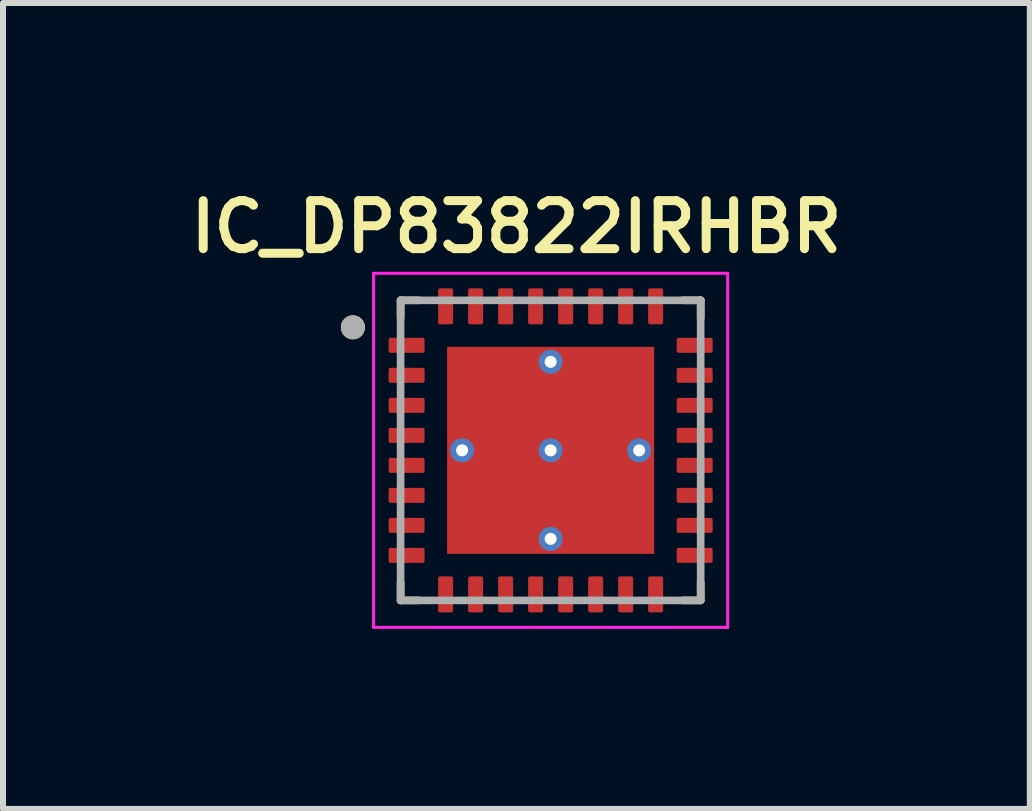
<source format=kicad_pcb>
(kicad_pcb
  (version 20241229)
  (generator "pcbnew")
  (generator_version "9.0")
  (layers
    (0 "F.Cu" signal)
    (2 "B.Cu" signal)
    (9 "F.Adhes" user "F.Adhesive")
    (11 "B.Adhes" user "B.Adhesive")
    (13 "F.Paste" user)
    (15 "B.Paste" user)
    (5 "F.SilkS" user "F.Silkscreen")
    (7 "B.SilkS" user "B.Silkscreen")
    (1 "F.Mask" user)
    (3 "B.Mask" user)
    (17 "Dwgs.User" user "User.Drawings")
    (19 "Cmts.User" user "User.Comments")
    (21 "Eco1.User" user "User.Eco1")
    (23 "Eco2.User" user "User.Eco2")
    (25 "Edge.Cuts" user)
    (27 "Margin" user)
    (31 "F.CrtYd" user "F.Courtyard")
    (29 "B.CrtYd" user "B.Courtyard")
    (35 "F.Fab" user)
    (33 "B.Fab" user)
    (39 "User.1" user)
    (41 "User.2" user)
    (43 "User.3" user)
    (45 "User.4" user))
  (footprint "IC_DP83822IRHBR"
    (layer "F.Cu")
    (at 6.125 4.454)
    (property "Reference" "IC_DP83822IRHBR" (at -0.57 -3.723 0) (layer "F.SilkS") (effects (font (size 0.8 0.8) (thickness 0.15))))
    (attr smd)
    (fp_poly (pts (xy -1.795 -1.795) (xy 1.795 -1.795) (xy 1.795 1.795) (xy -1.795 1.795)) (stroke (width 0.01) (type solid)) (fill yes) (layer "F.Mask"))
    (fp_poly (pts (xy -2.72 -1.945) (xy -2.08 -1.945) (xy -2.077 -1.945) (xy -2.075 -1.945) (xy -2.072 -1.944) (xy -2.07 -1.944) (xy -2.067 -1.943) (xy -2.065 -1.943) (xy -2.062 -1.942) (xy -2.06 -1.941) (xy -2.057 -1.94) (xy -2.055 -1.938) (xy -2.053 -1.937) (xy -2.051 -1.935) (xy -2.049 -1.934) (xy -2.047 -1.932) (xy -2.045 -1.93) (xy -2.043 -1.928) (xy -2.041 -1.926) (xy -2.04 -1.924) (xy -2.038 -1.922) (xy -2.037 -1.92) (xy -2.035 -1.918) (xy -2.034 -1.915) (xy -2.033 -1.913) (xy -2.032 -1.91) (xy -2.032 -1.908) (xy -2.031 -1.905) (xy -2.031 -1.903) (xy -2.03 -1.9) (xy -2.03 -1.898) (xy -2.03 -1.895) (xy -2.03 -1.605) (xy -2.03 -1.602) (xy -2.03 -1.6) (xy -2.031 -1.597) (xy -2.031 -1.595) (xy -2.032 -1.592) (xy -2.032 -1.59) (xy -2.033 -1.587) (xy -2.034 -1.585) (xy -2.035 -1.582) (xy -2.037 -1.58) (xy -2.038 -1.578) (xy -2.04 -1.576) (xy -2.041 -1.574) (xy -2.043 -1.572) (xy -2.045 -1.57) (xy -2.047 -1.568) (xy -2.049 -1.566) (xy -2.051 -1.565) (xy -2.053 -1.563) (xy -2.055 -1.562) (xy -2.057 -1.56) (xy -2.06 -1.559) (xy -2.062 -1.558) (xy -2.065 -1.557) (xy -2.067 -1.557) (xy -2.07 -1.556) (xy -2.072 -1.556) (xy -2.075 -1.555) (xy -2.077 -1.555) (xy -2.08 -1.555) (xy -2.72 -1.555) (xy -2.723 -1.555) (xy -2.725 -1.555) (xy -2.728 -1.556) (xy -2.73 -1.556) (xy -2.733 -1.557) (xy -2.735 -1.557) (xy -2.738 -1.558) (xy -2.74 -1.559) (xy -2.743 -1.56) (xy -2.745 -1.562) (xy -2.747 -1.563) (xy -2.749 -1.565) (xy -2.751 -1.566) (xy -2.753 -1.568) (xy -2.755 -1.57) (xy -2.757 -1.572) (xy -2.759 -1.574) (xy -2.76 -1.576) (xy -2.762 -1.578) (xy -2.763 -1.58) (xy -2.765 -1.582) (xy -2.766 -1.585) (xy -2.767 -1.587) (xy -2.768 -1.59) (xy -2.768 -1.592) (xy -2.769 -1.595) (xy -2.769 -1.597) (xy -2.77 -1.6) (xy -2.77 -1.602) (xy -2.77 -1.605) (xy -2.77 -1.895) (xy -2.77 -1.898) (xy -2.77 -1.9) (xy -2.769 -1.903) (xy -2.769 -1.905) (xy -2.768 -1.908) (xy -2.768 -1.91) (xy -2.767 -1.913) (xy -2.766 -1.915) (xy -2.765 -1.918) (xy -2.763 -1.92) (xy -2.762 -1.922) (xy -2.76 -1.924) (xy -2.759 -1.926) (xy -2.757 -1.928) (xy -2.755 -1.93) (xy -2.753 -1.932) (xy -2.751 -1.934) (xy -2.749 -1.935) (xy -2.747 -1.937) (xy -2.745 -1.938) (xy -2.743 -1.94) (xy -2.74 -1.941) (xy -2.738 -1.942) (xy -2.735 -1.943) (xy -2.733 -1.943) (xy -2.73 -1.944) (xy -2.728 -1.944) (xy -2.725 -1.945) (xy -2.723 -1.945) (xy -2.72 -1.945)) (stroke (width 0.01) (type solid)) (fill yes) (layer "F.Mask"))
    (fp_poly (pts (xy -2.72 -1.445) (xy -2.08 -1.445) (xy -2.077 -1.445) (xy -2.075 -1.445) (xy -2.072 -1.444) (xy -2.07 -1.444) (xy -2.067 -1.443) (xy -2.065 -1.443) (xy -2.062 -1.442) (xy -2.06 -1.441) (xy -2.057 -1.44) (xy -2.055 -1.438) (xy -2.053 -1.437) (xy -2.051 -1.435) (xy -2.049 -1.434) (xy -2.047 -1.432) (xy -2.045 -1.43) (xy -2.043 -1.428) (xy -2.041 -1.426) (xy -2.04 -1.424) (xy -2.038 -1.422) (xy -2.037 -1.42) (xy -2.035 -1.418) (xy -2.034 -1.415) (xy -2.033 -1.413) (xy -2.032 -1.41) (xy -2.032 -1.408) (xy -2.031 -1.405) (xy -2.031 -1.403) (xy -2.03 -1.4) (xy -2.03 -1.398) (xy -2.03 -1.395) (xy -2.03 -1.105) (xy -2.03 -1.102) (xy -2.03 -1.1) (xy -2.031 -1.097) (xy -2.031 -1.095) (xy -2.032 -1.092) (xy -2.032 -1.09) (xy -2.033 -1.087) (xy -2.034 -1.085) (xy -2.035 -1.082) (xy -2.037 -1.08) (xy -2.038 -1.078) (xy -2.04 -1.076) (xy -2.041 -1.074) (xy -2.043 -1.072) (xy -2.045 -1.07) (xy -2.047 -1.068) (xy -2.049 -1.066) (xy -2.051 -1.065) (xy -2.053 -1.063) (xy -2.055 -1.062) (xy -2.057 -1.06) (xy -2.06 -1.059) (xy -2.062 -1.058) (xy -2.065 -1.057) (xy -2.067 -1.057) (xy -2.07 -1.056) (xy -2.072 -1.056) (xy -2.075 -1.055) (xy -2.077 -1.055) (xy -2.08 -1.055) (xy -2.72 -1.055) (xy -2.723 -1.055) (xy -2.725 -1.055) (xy -2.728 -1.056) (xy -2.73 -1.056) (xy -2.733 -1.057) (xy -2.735 -1.057) (xy -2.738 -1.058) (xy -2.74 -1.059) (xy -2.743 -1.06) (xy -2.745 -1.062) (xy -2.747 -1.063) (xy -2.749 -1.065) (xy -2.751 -1.066) (xy -2.753 -1.068) (xy -2.755 -1.07) (xy -2.757 -1.072) (xy -2.759 -1.074) (xy -2.76 -1.076) (xy -2.762 -1.078) (xy -2.763 -1.08) (xy -2.765 -1.082) (xy -2.766 -1.085) (xy -2.767 -1.087) (xy -2.768 -1.09) (xy -2.768 -1.092) (xy -2.769 -1.095) (xy -2.769 -1.097) (xy -2.77 -1.1) (xy -2.77 -1.102) (xy -2.77 -1.105) (xy -2.77 -1.395) (xy -2.77 -1.398) (xy -2.77 -1.4) (xy -2.769 -1.403) (xy -2.769 -1.405) (xy -2.768 -1.408) (xy -2.768 -1.41) (xy -2.767 -1.413) (xy -2.766 -1.415) (xy -2.765 -1.418) (xy -2.763 -1.42) (xy -2.762 -1.422) (xy -2.76 -1.424) (xy -2.759 -1.426) (xy -2.757 -1.428) (xy -2.755 -1.43) (xy -2.753 -1.432) (xy -2.751 -1.434) (xy -2.749 -1.435) (xy -2.747 -1.437) (xy -2.745 -1.438) (xy -2.743 -1.44) (xy -2.74 -1.441) (xy -2.738 -1.442) (xy -2.735 -1.443) (xy -2.733 -1.443) (xy -2.73 -1.444) (xy -2.728 -1.444) (xy -2.725 -1.445) (xy -2.723 -1.445) (xy -2.72 -1.445)) (stroke (width 0.01) (type solid)) (fill yes) (layer "F.Mask"))
    (fp_poly (pts (xy -2.72 -0.945) (xy -2.08 -0.945) (xy -2.077 -0.945) (xy -2.075 -0.945) (xy -2.072 -0.944) (xy -2.07 -0.944) (xy -2.067 -0.943) (xy -2.065 -0.943) (xy -2.062 -0.942) (xy -2.06 -0.941) (xy -2.057 -0.94) (xy -2.055 -0.938) (xy -2.053 -0.937) (xy -2.051 -0.935) (xy -2.049 -0.934) (xy -2.047 -0.932) (xy -2.045 -0.93) (xy -2.043 -0.928) (xy -2.041 -0.926) (xy -2.04 -0.924) (xy -2.038 -0.922) (xy -2.037 -0.92) (xy -2.035 -0.918) (xy -2.034 -0.915) (xy -2.033 -0.913) (xy -2.032 -0.91) (xy -2.032 -0.908) (xy -2.031 -0.905) (xy -2.031 -0.903) (xy -2.03 -0.9) (xy -2.03 -0.898) (xy -2.03 -0.895) (xy -2.03 -0.605) (xy -2.03 -0.602) (xy -2.03 -0.6) (xy -2.031 -0.597) (xy -2.031 -0.595) (xy -2.032 -0.592) (xy -2.032 -0.59) (xy -2.033 -0.587) (xy -2.034 -0.585) (xy -2.035 -0.582) (xy -2.037 -0.58) (xy -2.038 -0.578) (xy -2.04 -0.576) (xy -2.041 -0.574) (xy -2.043 -0.572) (xy -2.045 -0.57) (xy -2.047 -0.568) (xy -2.049 -0.566) (xy -2.051 -0.565) (xy -2.053 -0.563) (xy -2.055 -0.562) (xy -2.057 -0.56) (xy -2.06 -0.559) (xy -2.062 -0.558) (xy -2.065 -0.557) (xy -2.067 -0.557) (xy -2.07 -0.556) (xy -2.072 -0.556) (xy -2.075 -0.555) (xy -2.077 -0.555) (xy -2.08 -0.555) (xy -2.72 -0.555) (xy -2.723 -0.555) (xy -2.725 -0.555) (xy -2.728 -0.556) (xy -2.73 -0.556) (xy -2.733 -0.557) (xy -2.735 -0.557) (xy -2.738 -0.558) (xy -2.74 -0.559) (xy -2.743 -0.56) (xy -2.745 -0.562) (xy -2.747 -0.563) (xy -2.749 -0.565) (xy -2.751 -0.566) (xy -2.753 -0.568) (xy -2.755 -0.57) (xy -2.757 -0.572) (xy -2.759 -0.574) (xy -2.76 -0.576) (xy -2.762 -0.578) (xy -2.763 -0.58) (xy -2.765 -0.582) (xy -2.766 -0.585) (xy -2.767 -0.587) (xy -2.768 -0.59) (xy -2.768 -0.592) (xy -2.769 -0.595) (xy -2.769 -0.597) (xy -2.77 -0.6) (xy -2.77 -0.602) (xy -2.77 -0.605) (xy -2.77 -0.895) (xy -2.77 -0.898) (xy -2.77 -0.9) (xy -2.769 -0.903) (xy -2.769 -0.905) (xy -2.768 -0.908) (xy -2.768 -0.91) (xy -2.767 -0.913) (xy -2.766 -0.915) (xy -2.765 -0.918) (xy -2.763 -0.92) (xy -2.762 -0.922) (xy -2.76 -0.924) (xy -2.759 -0.926) (xy -2.757 -0.928) (xy -2.755 -0.93) (xy -2.753 -0.932) (xy -2.751 -0.934) (xy -2.749 -0.935) (xy -2.747 -0.937) (xy -2.745 -0.938) (xy -2.743 -0.94) (xy -2.74 -0.941) (xy -2.738 -0.942) (xy -2.735 -0.943) (xy -2.733 -0.943) (xy -2.73 -0.944) (xy -2.728 -0.944) (xy -2.725 -0.945) (xy -2.723 -0.945) (xy -2.72 -0.945)) (stroke (width 0.01) (type solid)) (fill yes) (layer "F.Mask"))
    (fp_poly (pts (xy -2.72 -0.445) (xy -2.08 -0.445) (xy -2.077 -0.445) (xy -2.075 -0.445) (xy -2.072 -0.444) (xy -2.07 -0.444) (xy -2.067 -0.443) (xy -2.065 -0.443) (xy -2.062 -0.442) (xy -2.06 -0.441) (xy -2.057 -0.44) (xy -2.055 -0.438) (xy -2.053 -0.437) (xy -2.051 -0.435) (xy -2.049 -0.434) (xy -2.047 -0.432) (xy -2.045 -0.43) (xy -2.043 -0.428) (xy -2.041 -0.426) (xy -2.04 -0.424) (xy -2.038 -0.422) (xy -2.037 -0.42) (xy -2.035 -0.418) (xy -2.034 -0.415) (xy -2.033 -0.413) (xy -2.032 -0.41) (xy -2.032 -0.408) (xy -2.031 -0.405) (xy -2.031 -0.403) (xy -2.03 -0.4) (xy -2.03 -0.398) (xy -2.03 -0.395) (xy -2.03 -0.105) (xy -2.03 -0.102) (xy -2.03 -0.1) (xy -2.031 -0.097) (xy -2.031 -0.095) (xy -2.032 -0.092) (xy -2.032 -0.09) (xy -2.033 -0.087) (xy -2.034 -0.085) (xy -2.035 -0.082) (xy -2.037 -0.08) (xy -2.038 -0.078) (xy -2.04 -0.076) (xy -2.041 -0.074) (xy -2.043 -0.072) (xy -2.045 -0.07) (xy -2.047 -0.068) (xy -2.049 -0.066) (xy -2.051 -0.065) (xy -2.053 -0.063) (xy -2.055 -0.062) (xy -2.057 -0.06) (xy -2.06 -0.059) (xy -2.062 -0.058) (xy -2.065 -0.057) (xy -2.067 -0.057) (xy -2.07 -0.056) (xy -2.072 -0.056) (xy -2.075 -0.055) (xy -2.077 -0.055) (xy -2.08 -0.055) (xy -2.72 -0.055) (xy -2.723 -0.055) (xy -2.725 -0.055) (xy -2.728 -0.056) (xy -2.73 -0.056) (xy -2.733 -0.057) (xy -2.735 -0.057) (xy -2.738 -0.058) (xy -2.74 -0.059) (xy -2.743 -0.06) (xy -2.745 -0.062) (xy -2.747 -0.063) (xy -2.749 -0.065) (xy -2.751 -0.066) (xy -2.753 -0.068) (xy -2.755 -0.07) (xy -2.757 -0.072) (xy -2.759 -0.074) (xy -2.76 -0.076) (xy -2.762 -0.078) (xy -2.763 -0.08) (xy -2.765 -0.082) (xy -2.766 -0.085) (xy -2.767 -0.087) (xy -2.768 -0.09) (xy -2.768 -0.092) (xy -2.769 -0.095) (xy -2.769 -0.097) (xy -2.77 -0.1) (xy -2.77 -0.102) (xy -2.77 -0.105) (xy -2.77 -0.395) (xy -2.77 -0.398) (xy -2.77 -0.4) (xy -2.769 -0.403) (xy -2.769 -0.405) (xy -2.768 -0.408) (xy -2.768 -0.41) (xy -2.767 -0.413) (xy -2.766 -0.415) (xy -2.765 -0.418) (xy -2.763 -0.42) (xy -2.762 -0.422) (xy -2.76 -0.424) (xy -2.759 -0.426) (xy -2.757 -0.428) (xy -2.755 -0.43) (xy -2.753 -0.432) (xy -2.751 -0.434) (xy -2.749 -0.435) (xy -2.747 -0.437) (xy -2.745 -0.438) (xy -2.743 -0.44) (xy -2.74 -0.441) (xy -2.738 -0.442) (xy -2.735 -0.443) (xy -2.733 -0.443) (xy -2.73 -0.444) (xy -2.728 -0.444) (xy -2.725 -0.445) (xy -2.723 -0.445) (xy -2.72 -0.445)) (stroke (width 0.01) (type solid)) (fill yes) (layer "F.Mask"))
    (fp_poly (pts (xy -2.72 0.055) (xy -2.08 0.055) (xy -2.077 0.055) (xy -2.075 0.055) (xy -2.072 0.056) (xy -2.07 0.056) (xy -2.067 0.057) (xy -2.065 0.057) (xy -2.062 0.058) (xy -2.06 0.059) (xy -2.057 0.06) (xy -2.055 0.062) (xy -2.053 0.063) (xy -2.051 0.065) (xy -2.049 0.066) (xy -2.047 0.068) (xy -2.045 0.07) (xy -2.043 0.072) (xy -2.041 0.074) (xy -2.04 0.076) (xy -2.038 0.078) (xy -2.037 0.08) (xy -2.035 0.082) (xy -2.034 0.085) (xy -2.033 0.087) (xy -2.032 0.09) (xy -2.032 0.092) (xy -2.031 0.095) (xy -2.031 0.097) (xy -2.03 0.1) (xy -2.03 0.102) (xy -2.03 0.105) (xy -2.03 0.395) (xy -2.03 0.398) (xy -2.03 0.4) (xy -2.031 0.403) (xy -2.031 0.405) (xy -2.032 0.408) (xy -2.032 0.41) (xy -2.033 0.413) (xy -2.034 0.415) (xy -2.035 0.418) (xy -2.037 0.42) (xy -2.038 0.422) (xy -2.04 0.424) (xy -2.041 0.426) (xy -2.043 0.428) (xy -2.045 0.43) (xy -2.047 0.432) (xy -2.049 0.434) (xy -2.051 0.435) (xy -2.053 0.437) (xy -2.055 0.438) (xy -2.057 0.44) (xy -2.06 0.441) (xy -2.062 0.442) (xy -2.065 0.443) (xy -2.067 0.443) (xy -2.07 0.444) (xy -2.072 0.444) (xy -2.075 0.445) (xy -2.077 0.445) (xy -2.08 0.445) (xy -2.72 0.445) (xy -2.723 0.445) (xy -2.725 0.445) (xy -2.728 0.444) (xy -2.73 0.444) (xy -2.733 0.443) (xy -2.735 0.443) (xy -2.738 0.442) (xy -2.74 0.441) (xy -2.743 0.44) (xy -2.745 0.438) (xy -2.747 0.437) (xy -2.749 0.435) (xy -2.751 0.434) (xy -2.753 0.432) (xy -2.755 0.43) (xy -2.757 0.428) (xy -2.759 0.426) (xy -2.76 0.424) (xy -2.762 0.422) (xy -2.763 0.42) (xy -2.765 0.418) (xy -2.766 0.415) (xy -2.767 0.413) (xy -2.768 0.41) (xy -2.768 0.408) (xy -2.769 0.405) (xy -2.769 0.403) (xy -2.77 0.4) (xy -2.77 0.398) (xy -2.77 0.395) (xy -2.77 0.105) (xy -2.77 0.102) (xy -2.77 0.1) (xy -2.769 0.097) (xy -2.769 0.095) (xy -2.768 0.092) (xy -2.768 0.09) (xy -2.767 0.087) (xy -2.766 0.085) (xy -2.765 0.082) (xy -2.763 0.08) (xy -2.762 0.078) (xy -2.76 0.076) (xy -2.759 0.074) (xy -2.757 0.072) (xy -2.755 0.07) (xy -2.753 0.068) (xy -2.751 0.066) (xy -2.749 0.065) (xy -2.747 0.063) (xy -2.745 0.062) (xy -2.743 0.06) (xy -2.74 0.059) (xy -2.738 0.058) (xy -2.735 0.057) (xy -2.733 0.057) (xy -2.73 0.056) (xy -2.728 0.056) (xy -2.725 0.055) (xy -2.723 0.055) (xy -2.72 0.055)) (stroke (width 0.01) (type solid)) (fill yes) (layer "F.Mask"))
    (fp_poly (pts (xy -2.72 0.555) (xy -2.08 0.555) (xy -2.077 0.555) (xy -2.075 0.555) (xy -2.072 0.556) (xy -2.07 0.556) (xy -2.067 0.557) (xy -2.065 0.557) (xy -2.062 0.558) (xy -2.06 0.559) (xy -2.057 0.56) (xy -2.055 0.562) (xy -2.053 0.563) (xy -2.051 0.565) (xy -2.049 0.566) (xy -2.047 0.568) (xy -2.045 0.57) (xy -2.043 0.572) (xy -2.041 0.574) (xy -2.04 0.576) (xy -2.038 0.578) (xy -2.037 0.58) (xy -2.035 0.582) (xy -2.034 0.585) (xy -2.033 0.587) (xy -2.032 0.59) (xy -2.032 0.592) (xy -2.031 0.595) (xy -2.031 0.597) (xy -2.03 0.6) (xy -2.03 0.602) (xy -2.03 0.605) (xy -2.03 0.895) (xy -2.03 0.898) (xy -2.03 0.9) (xy -2.031 0.903) (xy -2.031 0.905) (xy -2.032 0.908) (xy -2.032 0.91) (xy -2.033 0.913) (xy -2.034 0.915) (xy -2.035 0.918) (xy -2.037 0.92) (xy -2.038 0.922) (xy -2.04 0.924) (xy -2.041 0.926) (xy -2.043 0.928) (xy -2.045 0.93) (xy -2.047 0.932) (xy -2.049 0.934) (xy -2.051 0.935) (xy -2.053 0.937) (xy -2.055 0.938) (xy -2.057 0.94) (xy -2.06 0.941) (xy -2.062 0.942) (xy -2.065 0.943) (xy -2.067 0.943) (xy -2.07 0.944) (xy -2.072 0.944) (xy -2.075 0.945) (xy -2.077 0.945) (xy -2.08 0.945) (xy -2.72 0.945) (xy -2.723 0.945) (xy -2.725 0.945) (xy -2.728 0.944) (xy -2.73 0.944) (xy -2.733 0.943) (xy -2.735 0.943) (xy -2.738 0.942) (xy -2.74 0.941) (xy -2.743 0.94) (xy -2.745 0.938) (xy -2.747 0.937) (xy -2.749 0.935) (xy -2.751 0.934) (xy -2.753 0.932) (xy -2.755 0.93) (xy -2.757 0.928) (xy -2.759 0.926) (xy -2.76 0.924) (xy -2.762 0.922) (xy -2.763 0.92) (xy -2.765 0.918) (xy -2.766 0.915) (xy -2.767 0.913) (xy -2.768 0.91) (xy -2.768 0.908) (xy -2.769 0.905) (xy -2.769 0.903) (xy -2.77 0.9) (xy -2.77 0.898) (xy -2.77 0.895) (xy -2.77 0.605) (xy -2.77 0.602) (xy -2.77 0.6) (xy -2.769 0.597) (xy -2.769 0.595) (xy -2.768 0.592) (xy -2.768 0.59) (xy -2.767 0.587) (xy -2.766 0.585) (xy -2.765 0.582) (xy -2.763 0.58) (xy -2.762 0.578) (xy -2.76 0.576) (xy -2.759 0.574) (xy -2.757 0.572) (xy -2.755 0.57) (xy -2.753 0.568) (xy -2.751 0.566) (xy -2.749 0.565) (xy -2.747 0.563) (xy -2.745 0.562) (xy -2.743 0.56) (xy -2.74 0.559) (xy -2.738 0.558) (xy -2.735 0.557) (xy -2.733 0.557) (xy -2.73 0.556) (xy -2.728 0.556) (xy -2.725 0.555) (xy -2.723 0.555) (xy -2.72 0.555)) (stroke (width 0.01) (type solid)) (fill yes) (layer "F.Mask"))
    (fp_poly (pts (xy -2.72 1.055) (xy -2.08 1.055) (xy -2.077 1.055) (xy -2.075 1.055) (xy -2.072 1.056) (xy -2.07 1.056) (xy -2.067 1.057) (xy -2.065 1.057) (xy -2.062 1.058) (xy -2.06 1.059) (xy -2.057 1.06) (xy -2.055 1.062) (xy -2.053 1.063) (xy -2.051 1.065) (xy -2.049 1.066) (xy -2.047 1.068) (xy -2.045 1.07) (xy -2.043 1.072) (xy -2.041 1.074) (xy -2.04 1.076) (xy -2.038 1.078) (xy -2.037 1.08) (xy -2.035 1.082) (xy -2.034 1.085) (xy -2.033 1.087) (xy -2.032 1.09) (xy -2.032 1.092) (xy -2.031 1.095) (xy -2.031 1.097) (xy -2.03 1.1) (xy -2.03 1.102) (xy -2.03 1.105) (xy -2.03 1.395) (xy -2.03 1.398) (xy -2.03 1.4) (xy -2.031 1.403) (xy -2.031 1.405) (xy -2.032 1.408) (xy -2.032 1.41) (xy -2.033 1.413) (xy -2.034 1.415) (xy -2.035 1.418) (xy -2.037 1.42) (xy -2.038 1.422) (xy -2.04 1.424) (xy -2.041 1.426) (xy -2.043 1.428) (xy -2.045 1.43) (xy -2.047 1.432) (xy -2.049 1.434) (xy -2.051 1.435) (xy -2.053 1.437) (xy -2.055 1.438) (xy -2.057 1.44) (xy -2.06 1.441) (xy -2.062 1.442) (xy -2.065 1.443) (xy -2.067 1.443) (xy -2.07 1.444) (xy -2.072 1.444) (xy -2.075 1.445) (xy -2.077 1.445) (xy -2.08 1.445) (xy -2.72 1.445) (xy -2.723 1.445) (xy -2.725 1.445) (xy -2.728 1.444) (xy -2.73 1.444) (xy -2.733 1.443) (xy -2.735 1.443) (xy -2.738 1.442) (xy -2.74 1.441) (xy -2.743 1.44) (xy -2.745 1.438) (xy -2.747 1.437) (xy -2.749 1.435) (xy -2.751 1.434) (xy -2.753 1.432) (xy -2.755 1.43) (xy -2.757 1.428) (xy -2.759 1.426) (xy -2.76 1.424) (xy -2.762 1.422) (xy -2.763 1.42) (xy -2.765 1.418) (xy -2.766 1.415) (xy -2.767 1.413) (xy -2.768 1.41) (xy -2.768 1.408) (xy -2.769 1.405) (xy -2.769 1.403) (xy -2.77 1.4) (xy -2.77 1.398) (xy -2.77 1.395) (xy -2.77 1.105) (xy -2.77 1.102) (xy -2.77 1.1) (xy -2.769 1.097) (xy -2.769 1.095) (xy -2.768 1.092) (xy -2.768 1.09) (xy -2.767 1.087) (xy -2.766 1.085) (xy -2.765 1.082) (xy -2.763 1.08) (xy -2.762 1.078) (xy -2.76 1.076) (xy -2.759 1.074) (xy -2.757 1.072) (xy -2.755 1.07) (xy -2.753 1.068) (xy -2.751 1.066) (xy -2.749 1.065) (xy -2.747 1.063) (xy -2.745 1.062) (xy -2.743 1.06) (xy -2.74 1.059) (xy -2.738 1.058) (xy -2.735 1.057) (xy -2.733 1.057) (xy -2.73 1.056) (xy -2.728 1.056) (xy -2.725 1.055) (xy -2.723 1.055) (xy -2.72 1.055)) (stroke (width 0.01) (type solid)) (fill yes) (layer "F.Mask"))
    (fp_poly (pts (xy -2.72 1.555) (xy -2.08 1.555) (xy -2.077 1.555) (xy -2.075 1.555) (xy -2.072 1.556) (xy -2.07 1.556) (xy -2.067 1.557) (xy -2.065 1.557) (xy -2.062 1.558) (xy -2.06 1.559) (xy -2.057 1.56) (xy -2.055 1.562) (xy -2.053 1.563) (xy -2.051 1.565) (xy -2.049 1.566) (xy -2.047 1.568) (xy -2.045 1.57) (xy -2.043 1.572) (xy -2.041 1.574) (xy -2.04 1.576) (xy -2.038 1.578) (xy -2.037 1.58) (xy -2.035 1.582) (xy -2.034 1.585) (xy -2.033 1.587) (xy -2.032 1.59) (xy -2.032 1.592) (xy -2.031 1.595) (xy -2.031 1.597) (xy -2.03 1.6) (xy -2.03 1.602) (xy -2.03 1.605) (xy -2.03 1.895) (xy -2.03 1.898) (xy -2.03 1.9) (xy -2.031 1.903) (xy -2.031 1.905) (xy -2.032 1.908) (xy -2.032 1.91) (xy -2.033 1.913) (xy -2.034 1.915) (xy -2.035 1.918) (xy -2.037 1.92) (xy -2.038 1.922) (xy -2.04 1.924) (xy -2.041 1.926) (xy -2.043 1.928) (xy -2.045 1.93) (xy -2.047 1.932) (xy -2.049 1.934) (xy -2.051 1.935) (xy -2.053 1.937) (xy -2.055 1.938) (xy -2.057 1.94) (xy -2.06 1.941) (xy -2.062 1.942) (xy -2.065 1.943) (xy -2.067 1.943) (xy -2.07 1.944) (xy -2.072 1.944) (xy -2.075 1.945) (xy -2.077 1.945) (xy -2.08 1.945) (xy -2.72 1.945) (xy -2.723 1.945) (xy -2.725 1.945) (xy -2.728 1.944) (xy -2.73 1.944) (xy -2.733 1.943) (xy -2.735 1.943) (xy -2.738 1.942) (xy -2.74 1.941) (xy -2.743 1.94) (xy -2.745 1.938) (xy -2.747 1.937) (xy -2.749 1.935) (xy -2.751 1.934) (xy -2.753 1.932) (xy -2.755 1.93) (xy -2.757 1.928) (xy -2.759 1.926) (xy -2.76 1.924) (xy -2.762 1.922) (xy -2.763 1.92) (xy -2.765 1.918) (xy -2.766 1.915) (xy -2.767 1.913) (xy -2.768 1.91) (xy -2.768 1.908) (xy -2.769 1.905) (xy -2.769 1.903) (xy -2.77 1.9) (xy -2.77 1.898) (xy -2.77 1.895) (xy -2.77 1.605) (xy -2.77 1.602) (xy -2.77 1.6) (xy -2.769 1.597) (xy -2.769 1.595) (xy -2.768 1.592) (xy -2.768 1.59) (xy -2.767 1.587) (xy -2.766 1.585) (xy -2.765 1.582) (xy -2.763 1.58) (xy -2.762 1.578) (xy -2.76 1.576) (xy -2.759 1.574) (xy -2.757 1.572) (xy -2.755 1.57) (xy -2.753 1.568) (xy -2.751 1.566) (xy -2.749 1.565) (xy -2.747 1.563) (xy -2.745 1.562) (xy -2.743 1.56) (xy -2.74 1.559) (xy -2.738 1.558) (xy -2.735 1.557) (xy -2.733 1.557) (xy -2.73 1.556) (xy -2.728 1.556) (xy -2.725 1.555) (xy -2.723 1.555) (xy -2.72 1.555)) (stroke (width 0.01) (type solid)) (fill yes) (layer "F.Mask"))
    (fp_poly (pts (xy -1.945 -2.08) (xy -1.945 -2.72) (xy -1.945 -2.723) (xy -1.945 -2.725) (xy -1.944 -2.728) (xy -1.944 -2.73) (xy -1.943 -2.733) (xy -1.943 -2.735) (xy -1.942 -2.738) (xy -1.941 -2.74) (xy -1.94 -2.743) (xy -1.938 -2.745) (xy -1.937 -2.747) (xy -1.935 -2.749) (xy -1.934 -2.751) (xy -1.932 -2.753) (xy -1.93 -2.755) (xy -1.928 -2.757) (xy -1.926 -2.759) (xy -1.924 -2.76) (xy -1.922 -2.762) (xy -1.92 -2.763) (xy -1.918 -2.765) (xy -1.915 -2.766) (xy -1.913 -2.767) (xy -1.91 -2.768) (xy -1.908 -2.768) (xy -1.905 -2.769) (xy -1.903 -2.769) (xy -1.9 -2.77) (xy -1.898 -2.77) (xy -1.895 -2.77) (xy -1.605 -2.77) (xy -1.602 -2.77) (xy -1.6 -2.77) (xy -1.597 -2.769) (xy -1.595 -2.769) (xy -1.592 -2.768) (xy -1.59 -2.768) (xy -1.587 -2.767) (xy -1.585 -2.766) (xy -1.582 -2.765) (xy -1.58 -2.763) (xy -1.578 -2.762) (xy -1.576 -2.76) (xy -1.574 -2.759) (xy -1.572 -2.757) (xy -1.57 -2.755) (xy -1.568 -2.753) (xy -1.566 -2.751) (xy -1.565 -2.749) (xy -1.563 -2.747) (xy -1.562 -2.745) (xy -1.56 -2.743) (xy -1.559 -2.74) (xy -1.558 -2.738) (xy -1.557 -2.735) (xy -1.557 -2.733) (xy -1.556 -2.73) (xy -1.556 -2.728) (xy -1.555 -2.725) (xy -1.555 -2.723) (xy -1.555 -2.72) (xy -1.555 -2.08) (xy -1.555 -2.077) (xy -1.555 -2.075) (xy -1.556 -2.072) (xy -1.556 -2.07) (xy -1.557 -2.067) (xy -1.557 -2.065) (xy -1.558 -2.062) (xy -1.559 -2.06) (xy -1.56 -2.057) (xy -1.562 -2.055) (xy -1.563 -2.053) (xy -1.565 -2.051) (xy -1.566 -2.049) (xy -1.568 -2.047) (xy -1.57 -2.045) (xy -1.572 -2.043) (xy -1.574 -2.041) (xy -1.576 -2.04) (xy -1.578 -2.038) (xy -1.58 -2.037) (xy -1.582 -2.035) (xy -1.585 -2.034) (xy -1.587 -2.033) (xy -1.59 -2.032) (xy -1.592 -2.032) (xy -1.595 -2.031) (xy -1.597 -2.031) (xy -1.6 -2.03) (xy -1.602 -2.03) (xy -1.605 -2.03) (xy -1.895 -2.03) (xy -1.898 -2.03) (xy -1.9 -2.03) (xy -1.903 -2.031) (xy -1.905 -2.031) (xy -1.908 -2.032) (xy -1.91 -2.032) (xy -1.913 -2.033) (xy -1.915 -2.034) (xy -1.918 -2.035) (xy -1.92 -2.037) (xy -1.922 -2.038) (xy -1.924 -2.04) (xy -1.926 -2.041) (xy -1.928 -2.043) (xy -1.93 -2.045) (xy -1.932 -2.047) (xy -1.934 -2.049) (xy -1.935 -2.051) (xy -1.937 -2.053) (xy -1.938 -2.055) (xy -1.94 -2.057) (xy -1.941 -2.06) (xy -1.942 -2.062) (xy -1.943 -2.065) (xy -1.943 -2.067) (xy -1.944 -2.07) (xy -1.944 -2.072) (xy -1.945 -2.075) (xy -1.945 -2.077) (xy -1.945 -2.08)) (stroke (width 0.01) (type solid)) (fill yes) (layer "F.Mask"))
    (fp_poly (pts (xy -1.945 2.72) (xy -1.945 2.08) (xy -1.945 2.077) (xy -1.945 2.075) (xy -1.944 2.072) (xy -1.944 2.07) (xy -1.943 2.067) (xy -1.943 2.065) (xy -1.942 2.062) (xy -1.941 2.06) (xy -1.94 2.057) (xy -1.938 2.055) (xy -1.937 2.053) (xy -1.935 2.051) (xy -1.934 2.049) (xy -1.932 2.047) (xy -1.93 2.045) (xy -1.928 2.043) (xy -1.926 2.041) (xy -1.924 2.04) (xy -1.922 2.038) (xy -1.92 2.037) (xy -1.918 2.035) (xy -1.915 2.034) (xy -1.913 2.033) (xy -1.91 2.032) (xy -1.908 2.032) (xy -1.905 2.031) (xy -1.903 2.031) (xy -1.9 2.03) (xy -1.898 2.03) (xy -1.895 2.03) (xy -1.605 2.03) (xy -1.602 2.03) (xy -1.6 2.03) (xy -1.597 2.031) (xy -1.595 2.031) (xy -1.592 2.032) (xy -1.59 2.032) (xy -1.587 2.033) (xy -1.585 2.034) (xy -1.582 2.035) (xy -1.58 2.037) (xy -1.578 2.038) (xy -1.576 2.04) (xy -1.574 2.041) (xy -1.572 2.043) (xy -1.57 2.045) (xy -1.568 2.047) (xy -1.566 2.049) (xy -1.565 2.051) (xy -1.563 2.053) (xy -1.562 2.055) (xy -1.56 2.057) (xy -1.559 2.06) (xy -1.558 2.062) (xy -1.557 2.065) (xy -1.557 2.067) (xy -1.556 2.07) (xy -1.556 2.072) (xy -1.555 2.075) (xy -1.555 2.077) (xy -1.555 2.08) (xy -1.555 2.72) (xy -1.555 2.723) (xy -1.555 2.725) (xy -1.556 2.728) (xy -1.556 2.73) (xy -1.557 2.733) (xy -1.557 2.735) (xy -1.558 2.738) (xy -1.559 2.74) (xy -1.56 2.743) (xy -1.562 2.745) (xy -1.563 2.747) (xy -1.565 2.749) (xy -1.566 2.751) (xy -1.568 2.753) (xy -1.57 2.755) (xy -1.572 2.757) (xy -1.574 2.759) (xy -1.576 2.76) (xy -1.578 2.762) (xy -1.58 2.763) (xy -1.582 2.765) (xy -1.585 2.766) (xy -1.587 2.767) (xy -1.59 2.768) (xy -1.592 2.768) (xy -1.595 2.769) (xy -1.597 2.769) (xy -1.6 2.77) (xy -1.602 2.77) (xy -1.605 2.77) (xy -1.895 2.77) (xy -1.898 2.77) (xy -1.9 2.77) (xy -1.903 2.769) (xy -1.905 2.769) (xy -1.908 2.768) (xy -1.91 2.768) (xy -1.913 2.767) (xy -1.915 2.766) (xy -1.918 2.765) (xy -1.92 2.763) (xy -1.922 2.762) (xy -1.924 2.76) (xy -1.926 2.759) (xy -1.928 2.757) (xy -1.93 2.755) (xy -1.932 2.753) (xy -1.934 2.751) (xy -1.935 2.749) (xy -1.937 2.747) (xy -1.938 2.745) (xy -1.94 2.743) (xy -1.941 2.74) (xy -1.942 2.738) (xy -1.943 2.735) (xy -1.943 2.733) (xy -1.944 2.73) (xy -1.944 2.728) (xy -1.945 2.725) (xy -1.945 2.723) (xy -1.945 2.72)) (stroke (width 0.01) (type solid)) (fill yes) (layer "F.Mask"))
    (fp_poly (pts (xy -1.445 -2.08) (xy -1.445 -2.72) (xy -1.445 -2.723) (xy -1.445 -2.725) (xy -1.444 -2.728) (xy -1.444 -2.73) (xy -1.443 -2.733) (xy -1.443 -2.735) (xy -1.442 -2.738) (xy -1.441 -2.74) (xy -1.44 -2.743) (xy -1.438 -2.745) (xy -1.437 -2.747) (xy -1.435 -2.749) (xy -1.434 -2.751) (xy -1.432 -2.753) (xy -1.43 -2.755) (xy -1.428 -2.757) (xy -1.426 -2.759) (xy -1.424 -2.76) (xy -1.422 -2.762) (xy -1.42 -2.763) (xy -1.418 -2.765) (xy -1.415 -2.766) (xy -1.413 -2.767) (xy -1.41 -2.768) (xy -1.408 -2.768) (xy -1.405 -2.769) (xy -1.403 -2.769) (xy -1.4 -2.77) (xy -1.398 -2.77) (xy -1.395 -2.77) (xy -1.105 -2.77) (xy -1.102 -2.77) (xy -1.1 -2.77) (xy -1.097 -2.769) (xy -1.095 -2.769) (xy -1.092 -2.768) (xy -1.09 -2.768) (xy -1.087 -2.767) (xy -1.085 -2.766) (xy -1.082 -2.765) (xy -1.08 -2.763) (xy -1.078 -2.762) (xy -1.076 -2.76) (xy -1.074 -2.759) (xy -1.072 -2.757) (xy -1.07 -2.755) (xy -1.068 -2.753) (xy -1.066 -2.751) (xy -1.065 -2.749) (xy -1.063 -2.747) (xy -1.062 -2.745) (xy -1.06 -2.743) (xy -1.059 -2.74) (xy -1.058 -2.738) (xy -1.057 -2.735) (xy -1.057 -2.733) (xy -1.056 -2.73) (xy -1.056 -2.728) (xy -1.055 -2.725) (xy -1.055 -2.723) (xy -1.055 -2.72) (xy -1.055 -2.08) (xy -1.055 -2.077) (xy -1.055 -2.075) (xy -1.056 -2.072) (xy -1.056 -2.07) (xy -1.057 -2.067) (xy -1.057 -2.065) (xy -1.058 -2.062) (xy -1.059 -2.06) (xy -1.06 -2.057) (xy -1.062 -2.055) (xy -1.063 -2.053) (xy -1.065 -2.051) (xy -1.066 -2.049) (xy -1.068 -2.047) (xy -1.07 -2.045) (xy -1.072 -2.043) (xy -1.074 -2.041) (xy -1.076 -2.04) (xy -1.078 -2.038) (xy -1.08 -2.037) (xy -1.082 -2.035) (xy -1.085 -2.034) (xy -1.087 -2.033) (xy -1.09 -2.032) (xy -1.092 -2.032) (xy -1.095 -2.031) (xy -1.097 -2.031) (xy -1.1 -2.03) (xy -1.102 -2.03) (xy -1.105 -2.03) (xy -1.395 -2.03) (xy -1.398 -2.03) (xy -1.4 -2.03) (xy -1.403 -2.031) (xy -1.405 -2.031) (xy -1.408 -2.032) (xy -1.41 -2.032) (xy -1.413 -2.033) (xy -1.415 -2.034) (xy -1.418 -2.035) (xy -1.42 -2.037) (xy -1.422 -2.038) (xy -1.424 -2.04) (xy -1.426 -2.041) (xy -1.428 -2.043) (xy -1.43 -2.045) (xy -1.432 -2.047) (xy -1.434 -2.049) (xy -1.435 -2.051) (xy -1.437 -2.053) (xy -1.438 -2.055) (xy -1.44 -2.057) (xy -1.441 -2.06) (xy -1.442 -2.062) (xy -1.443 -2.065) (xy -1.443 -2.067) (xy -1.444 -2.07) (xy -1.444 -2.072) (xy -1.445 -2.075) (xy -1.445 -2.077) (xy -1.445 -2.08)) (stroke (width 0.01) (type solid)) (fill yes) (layer "F.Mask"))
    (fp_poly (pts (xy -1.445 2.72) (xy -1.445 2.08) (xy -1.445 2.077) (xy -1.445 2.075) (xy -1.444 2.072) (xy -1.444 2.07) (xy -1.443 2.067) (xy -1.443 2.065) (xy -1.442 2.062) (xy -1.441 2.06) (xy -1.44 2.057) (xy -1.438 2.055) (xy -1.437 2.053) (xy -1.435 2.051) (xy -1.434 2.049) (xy -1.432 2.047) (xy -1.43 2.045) (xy -1.428 2.043) (xy -1.426 2.041) (xy -1.424 2.04) (xy -1.422 2.038) (xy -1.42 2.037) (xy -1.418 2.035) (xy -1.415 2.034) (xy -1.413 2.033) (xy -1.41 2.032) (xy -1.408 2.032) (xy -1.405 2.031) (xy -1.403 2.031) (xy -1.4 2.03) (xy -1.398 2.03) (xy -1.395 2.03) (xy -1.105 2.03) (xy -1.102 2.03) (xy -1.1 2.03) (xy -1.097 2.031) (xy -1.095 2.031) (xy -1.092 2.032) (xy -1.09 2.032) (xy -1.087 2.033) (xy -1.085 2.034) (xy -1.082 2.035) (xy -1.08 2.037) (xy -1.078 2.038) (xy -1.076 2.04) (xy -1.074 2.041) (xy -1.072 2.043) (xy -1.07 2.045) (xy -1.068 2.047) (xy -1.066 2.049) (xy -1.065 2.051) (xy -1.063 2.053) (xy -1.062 2.055) (xy -1.06 2.057) (xy -1.059 2.06) (xy -1.058 2.062) (xy -1.057 2.065) (xy -1.057 2.067) (xy -1.056 2.07) (xy -1.056 2.072) (xy -1.055 2.075) (xy -1.055 2.077) (xy -1.055 2.08) (xy -1.055 2.72) (xy -1.055 2.723) (xy -1.055 2.725) (xy -1.056 2.728) (xy -1.056 2.73) (xy -1.057 2.733) (xy -1.057 2.735) (xy -1.058 2.738) (xy -1.059 2.74) (xy -1.06 2.743) (xy -1.062 2.745) (xy -1.063 2.747) (xy -1.065 2.749) (xy -1.066 2.751) (xy -1.068 2.753) (xy -1.07 2.755) (xy -1.072 2.757) (xy -1.074 2.759) (xy -1.076 2.76) (xy -1.078 2.762) (xy -1.08 2.763) (xy -1.082 2.765) (xy -1.085 2.766) (xy -1.087 2.767) (xy -1.09 2.768) (xy -1.092 2.768) (xy -1.095 2.769) (xy -1.097 2.769) (xy -1.1 2.77) (xy -1.102 2.77) (xy -1.105 2.77) (xy -1.395 2.77) (xy -1.398 2.77) (xy -1.4 2.77) (xy -1.403 2.769) (xy -1.405 2.769) (xy -1.408 2.768) (xy -1.41 2.768) (xy -1.413 2.767) (xy -1.415 2.766) (xy -1.418 2.765) (xy -1.42 2.763) (xy -1.422 2.762) (xy -1.424 2.76) (xy -1.426 2.759) (xy -1.428 2.757) (xy -1.43 2.755) (xy -1.432 2.753) (xy -1.434 2.751) (xy -1.435 2.749) (xy -1.437 2.747) (xy -1.438 2.745) (xy -1.44 2.743) (xy -1.441 2.74) (xy -1.442 2.738) (xy -1.443 2.735) (xy -1.443 2.733) (xy -1.444 2.73) (xy -1.444 2.728) (xy -1.445 2.725) (xy -1.445 2.723) (xy -1.445 2.72)) (stroke (width 0.01) (type solid)) (fill yes) (layer "F.Mask"))
    (fp_poly (pts (xy -0.945 -2.08) (xy -0.945 -2.72) (xy -0.945 -2.723) (xy -0.945 -2.725) (xy -0.944 -2.728) (xy -0.944 -2.73) (xy -0.943 -2.733) (xy -0.943 -2.735) (xy -0.942 -2.738) (xy -0.941 -2.74) (xy -0.94 -2.743) (xy -0.938 -2.745) (xy -0.937 -2.747) (xy -0.935 -2.749) (xy -0.934 -2.751) (xy -0.932 -2.753) (xy -0.93 -2.755) (xy -0.928 -2.757) (xy -0.926 -2.759) (xy -0.924 -2.76) (xy -0.922 -2.762) (xy -0.92 -2.763) (xy -0.918 -2.765) (xy -0.915 -2.766) (xy -0.913 -2.767) (xy -0.91 -2.768) (xy -0.908 -2.768) (xy -0.905 -2.769) (xy -0.903 -2.769) (xy -0.9 -2.77) (xy -0.898 -2.77) (xy -0.895 -2.77) (xy -0.605 -2.77) (xy -0.602 -2.77) (xy -0.6 -2.77) (xy -0.597 -2.769) (xy -0.595 -2.769) (xy -0.592 -2.768) (xy -0.59 -2.768) (xy -0.587 -2.767) (xy -0.585 -2.766) (xy -0.582 -2.765) (xy -0.58 -2.763) (xy -0.578 -2.762) (xy -0.576 -2.76) (xy -0.574 -2.759) (xy -0.572 -2.757) (xy -0.57 -2.755) (xy -0.568 -2.753) (xy -0.566 -2.751) (xy -0.565 -2.749) (xy -0.563 -2.747) (xy -0.562 -2.745) (xy -0.56 -2.743) (xy -0.559 -2.74) (xy -0.558 -2.738) (xy -0.557 -2.735) (xy -0.557 -2.733) (xy -0.556 -2.73) (xy -0.556 -2.728) (xy -0.555 -2.725) (xy -0.555 -2.723) (xy -0.555 -2.72) (xy -0.555 -2.08) (xy -0.555 -2.077) (xy -0.555 -2.075) (xy -0.556 -2.072) (xy -0.556 -2.07) (xy -0.557 -2.067) (xy -0.557 -2.065) (xy -0.558 -2.062) (xy -0.559 -2.06) (xy -0.56 -2.057) (xy -0.562 -2.055) (xy -0.563 -2.053) (xy -0.565 -2.051) (xy -0.566 -2.049) (xy -0.568 -2.047) (xy -0.57 -2.045) (xy -0.572 -2.043) (xy -0.574 -2.041) (xy -0.576 -2.04) (xy -0.578 -2.038) (xy -0.58 -2.037) (xy -0.582 -2.035) (xy -0.585 -2.034) (xy -0.587 -2.033) (xy -0.59 -2.032) (xy -0.592 -2.032) (xy -0.595 -2.031) (xy -0.597 -2.031) (xy -0.6 -2.03) (xy -0.602 -2.03) (xy -0.605 -2.03) (xy -0.895 -2.03) (xy -0.898 -2.03) (xy -0.9 -2.03) (xy -0.903 -2.031) (xy -0.905 -2.031) (xy -0.908 -2.032) (xy -0.91 -2.032) (xy -0.913 -2.033) (xy -0.915 -2.034) (xy -0.918 -2.035) (xy -0.92 -2.037) (xy -0.922 -2.038) (xy -0.924 -2.04) (xy -0.926 -2.041) (xy -0.928 -2.043) (xy -0.93 -2.045) (xy -0.932 -2.047) (xy -0.934 -2.049) (xy -0.935 -2.051) (xy -0.937 -2.053) (xy -0.938 -2.055) (xy -0.94 -2.057) (xy -0.941 -2.06) (xy -0.942 -2.062) (xy -0.943 -2.065) (xy -0.943 -2.067) (xy -0.944 -2.07) (xy -0.944 -2.072) (xy -0.945 -2.075) (xy -0.945 -2.077) (xy -0.945 -2.08)) (stroke (width 0.01) (type solid)) (fill yes) (layer "F.Mask"))
    (fp_poly (pts (xy -0.945 2.72) (xy -0.945 2.08) (xy -0.945 2.077) (xy -0.945 2.075) (xy -0.944 2.072) (xy -0.944 2.07) (xy -0.943 2.067) (xy -0.943 2.065) (xy -0.942 2.062) (xy -0.941 2.06) (xy -0.94 2.057) (xy -0.938 2.055) (xy -0.937 2.053) (xy -0.935 2.051) (xy -0.934 2.049) (xy -0.932 2.047) (xy -0.93 2.045) (xy -0.928 2.043) (xy -0.926 2.041) (xy -0.924 2.04) (xy -0.922 2.038) (xy -0.92 2.037) (xy -0.918 2.035) (xy -0.915 2.034) (xy -0.913 2.033) (xy -0.91 2.032) (xy -0.908 2.032) (xy -0.905 2.031) (xy -0.903 2.031) (xy -0.9 2.03) (xy -0.898 2.03) (xy -0.895 2.03) (xy -0.605 2.03) (xy -0.602 2.03) (xy -0.6 2.03) (xy -0.597 2.031) (xy -0.595 2.031) (xy -0.592 2.032) (xy -0.59 2.032) (xy -0.587 2.033) (xy -0.585 2.034) (xy -0.582 2.035) (xy -0.58 2.037) (xy -0.578 2.038) (xy -0.576 2.04) (xy -0.574 2.041) (xy -0.572 2.043) (xy -0.57 2.045) (xy -0.568 2.047) (xy -0.566 2.049) (xy -0.565 2.051) (xy -0.563 2.053) (xy -0.562 2.055) (xy -0.56 2.057) (xy -0.559 2.06) (xy -0.558 2.062) (xy -0.557 2.065) (xy -0.557 2.067) (xy -0.556 2.07) (xy -0.556 2.072) (xy -0.555 2.075) (xy -0.555 2.077) (xy -0.555 2.08) (xy -0.555 2.72) (xy -0.555 2.723) (xy -0.555 2.725) (xy -0.556 2.728) (xy -0.556 2.73) (xy -0.557 2.733) (xy -0.557 2.735) (xy -0.558 2.738) (xy -0.559 2.74) (xy -0.56 2.743) (xy -0.562 2.745) (xy -0.563 2.747) (xy -0.565 2.749) (xy -0.566 2.751) (xy -0.568 2.753) (xy -0.57 2.755) (xy -0.572 2.757) (xy -0.574 2.759) (xy -0.576 2.76) (xy -0.578 2.762) (xy -0.58 2.763) (xy -0.582 2.765) (xy -0.585 2.766) (xy -0.587 2.767) (xy -0.59 2.768) (xy -0.592 2.768) (xy -0.595 2.769) (xy -0.597 2.769) (xy -0.6 2.77) (xy -0.602 2.77) (xy -0.605 2.77) (xy -0.895 2.77) (xy -0.898 2.77) (xy -0.9 2.77) (xy -0.903 2.769) (xy -0.905 2.769) (xy -0.908 2.768) (xy -0.91 2.768) (xy -0.913 2.767) (xy -0.915 2.766) (xy -0.918 2.765) (xy -0.92 2.763) (xy -0.922 2.762) (xy -0.924 2.76) (xy -0.926 2.759) (xy -0.928 2.757) (xy -0.93 2.755) (xy -0.932 2.753) (xy -0.934 2.751) (xy -0.935 2.749) (xy -0.937 2.747) (xy -0.938 2.745) (xy -0.94 2.743) (xy -0.941 2.74) (xy -0.942 2.738) (xy -0.943 2.735) (xy -0.943 2.733) (xy -0.944 2.73) (xy -0.944 2.728) (xy -0.945 2.725) (xy -0.945 2.723) (xy -0.945 2.72)) (stroke (width 0.01) (type solid)) (fill yes) (layer "F.Mask"))
    (fp_poly (pts (xy -0.445 -2.08) (xy -0.445 -2.72) (xy -0.445 -2.723) (xy -0.445 -2.725) (xy -0.444 -2.728) (xy -0.444 -2.73) (xy -0.443 -2.733) (xy -0.443 -2.735) (xy -0.442 -2.738) (xy -0.441 -2.74) (xy -0.44 -2.743) (xy -0.438 -2.745) (xy -0.437 -2.747) (xy -0.435 -2.749) (xy -0.434 -2.751) (xy -0.432 -2.753) (xy -0.43 -2.755) (xy -0.428 -2.757) (xy -0.426 -2.759) (xy -0.424 -2.76) (xy -0.422 -2.762) (xy -0.42 -2.763) (xy -0.418 -2.765) (xy -0.415 -2.766) (xy -0.413 -2.767) (xy -0.41 -2.768) (xy -0.408 -2.768) (xy -0.405 -2.769) (xy -0.403 -2.769) (xy -0.4 -2.77) (xy -0.398 -2.77) (xy -0.395 -2.77) (xy -0.105 -2.77) (xy -0.102 -2.77) (xy -0.1 -2.77) (xy -0.097 -2.769) (xy -0.095 -2.769) (xy -0.092 -2.768) (xy -0.09 -2.768) (xy -0.087 -2.767) (xy -0.085 -2.766) (xy -0.082 -2.765) (xy -0.08 -2.763) (xy -0.078 -2.762) (xy -0.076 -2.76) (xy -0.074 -2.759) (xy -0.072 -2.757) (xy -0.07 -2.755) (xy -0.068 -2.753) (xy -0.066 -2.751) (xy -0.065 -2.749) (xy -0.063 -2.747) (xy -0.062 -2.745) (xy -0.06 -2.743) (xy -0.059 -2.74) (xy -0.058 -2.738) (xy -0.057 -2.735) (xy -0.057 -2.733) (xy -0.056 -2.73) (xy -0.056 -2.728) (xy -0.055 -2.725) (xy -0.055 -2.723) (xy -0.055 -2.72) (xy -0.055 -2.08) (xy -0.055 -2.077) (xy -0.055 -2.075) (xy -0.056 -2.072) (xy -0.056 -2.07) (xy -0.057 -2.067) (xy -0.057 -2.065) (xy -0.058 -2.062) (xy -0.059 -2.06) (xy -0.06 -2.057) (xy -0.062 -2.055) (xy -0.063 -2.053) (xy -0.065 -2.051) (xy -0.066 -2.049) (xy -0.068 -2.047) (xy -0.07 -2.045) (xy -0.072 -2.043) (xy -0.074 -2.041) (xy -0.076 -2.04) (xy -0.078 -2.038) (xy -0.08 -2.037) (xy -0.082 -2.035) (xy -0.085 -2.034) (xy -0.087 -2.033) (xy -0.09 -2.032) (xy -0.092 -2.032) (xy -0.095 -2.031) (xy -0.097 -2.031) (xy -0.1 -2.03) (xy -0.102 -2.03) (xy -0.105 -2.03) (xy -0.395 -2.03) (xy -0.398 -2.03) (xy -0.4 -2.03) (xy -0.403 -2.031) (xy -0.405 -2.031) (xy -0.408 -2.032) (xy -0.41 -2.032) (xy -0.413 -2.033) (xy -0.415 -2.034) (xy -0.418 -2.035) (xy -0.42 -2.037) (xy -0.422 -2.038) (xy -0.424 -2.04) (xy -0.426 -2.041) (xy -0.428 -2.043) (xy -0.43 -2.045) (xy -0.432 -2.047) (xy -0.434 -2.049) (xy -0.435 -2.051) (xy -0.437 -2.053) (xy -0.438 -2.055) (xy -0.44 -2.057) (xy -0.441 -2.06) (xy -0.442 -2.062) (xy -0.443 -2.065) (xy -0.443 -2.067) (xy -0.444 -2.07) (xy -0.444 -2.072) (xy -0.445 -2.075) (xy -0.445 -2.077) (xy -0.445 -2.08)) (stroke (width 0.01) (type solid)) (fill yes) (layer "F.Mask"))
    (fp_poly (pts (xy -0.445 2.72) (xy -0.445 2.08) (xy -0.445 2.077) (xy -0.445 2.075) (xy -0.444 2.072) (xy -0.444 2.07) (xy -0.443 2.067) (xy -0.443 2.065) (xy -0.442 2.062) (xy -0.441 2.06) (xy -0.44 2.057) (xy -0.438 2.055) (xy -0.437 2.053) (xy -0.435 2.051) (xy -0.434 2.049) (xy -0.432 2.047) (xy -0.43 2.045) (xy -0.428 2.043) (xy -0.426 2.041) (xy -0.424 2.04) (xy -0.422 2.038) (xy -0.42 2.037) (xy -0.418 2.035) (xy -0.415 2.034) (xy -0.413 2.033) (xy -0.41 2.032) (xy -0.408 2.032) (xy -0.405 2.031) (xy -0.403 2.031) (xy -0.4 2.03) (xy -0.398 2.03) (xy -0.395 2.03) (xy -0.105 2.03) (xy -0.102 2.03) (xy -0.1 2.03) (xy -0.097 2.031) (xy -0.095 2.031) (xy -0.092 2.032) (xy -0.09 2.032) (xy -0.087 2.033) (xy -0.085 2.034) (xy -0.082 2.035) (xy -0.08 2.037) (xy -0.078 2.038) (xy -0.076 2.04) (xy -0.074 2.041) (xy -0.072 2.043) (xy -0.07 2.045) (xy -0.068 2.047) (xy -0.066 2.049) (xy -0.065 2.051) (xy -0.063 2.053) (xy -0.062 2.055) (xy -0.06 2.057) (xy -0.059 2.06) (xy -0.058 2.062) (xy -0.057 2.065) (xy -0.057 2.067) (xy -0.056 2.07) (xy -0.056 2.072) (xy -0.055 2.075) (xy -0.055 2.077) (xy -0.055 2.08) (xy -0.055 2.72) (xy -0.055 2.723) (xy -0.055 2.725) (xy -0.056 2.728) (xy -0.056 2.73) (xy -0.057 2.733) (xy -0.057 2.735) (xy -0.058 2.738) (xy -0.059 2.74) (xy -0.06 2.743) (xy -0.062 2.745) (xy -0.063 2.747) (xy -0.065 2.749) (xy -0.066 2.751) (xy -0.068 2.753) (xy -0.07 2.755) (xy -0.072 2.757) (xy -0.074 2.759) (xy -0.076 2.76) (xy -0.078 2.762) (xy -0.08 2.763) (xy -0.082 2.765) (xy -0.085 2.766) (xy -0.087 2.767) (xy -0.09 2.768) (xy -0.092 2.768) (xy -0.095 2.769) (xy -0.097 2.769) (xy -0.1 2.77) (xy -0.102 2.77) (xy -0.105 2.77) (xy -0.395 2.77) (xy -0.398 2.77) (xy -0.4 2.77) (xy -0.403 2.769) (xy -0.405 2.769) (xy -0.408 2.768) (xy -0.41 2.768) (xy -0.413 2.767) (xy -0.415 2.766) (xy -0.418 2.765) (xy -0.42 2.763) (xy -0.422 2.762) (xy -0.424 2.76) (xy -0.426 2.759) (xy -0.428 2.757) (xy -0.43 2.755) (xy -0.432 2.753) (xy -0.434 2.751) (xy -0.435 2.749) (xy -0.437 2.747) (xy -0.438 2.745) (xy -0.44 2.743) (xy -0.441 2.74) (xy -0.442 2.738) (xy -0.443 2.735) (xy -0.443 2.733) (xy -0.444 2.73) (xy -0.444 2.728) (xy -0.445 2.725) (xy -0.445 2.723) (xy -0.445 2.72)) (stroke (width 0.01) (type solid)) (fill yes) (layer "F.Mask"))
    (fp_poly (pts (xy 0.055 -2.08) (xy 0.055 -2.72) (xy 0.055 -2.723) (xy 0.055 -2.725) (xy 0.056 -2.728) (xy 0.056 -2.73) (xy 0.057 -2.733) (xy 0.057 -2.735) (xy 0.058 -2.738) (xy 0.059 -2.74) (xy 0.06 -2.743) (xy 0.062 -2.745) (xy 0.063 -2.747) (xy 0.065 -2.749) (xy 0.066 -2.751) (xy 0.068 -2.753) (xy 0.07 -2.755) (xy 0.072 -2.757) (xy 0.074 -2.759) (xy 0.076 -2.76) (xy 0.078 -2.762) (xy 0.08 -2.763) (xy 0.082 -2.765) (xy 0.085 -2.766) (xy 0.087 -2.767) (xy 0.09 -2.768) (xy 0.092 -2.768) (xy 0.095 -2.769) (xy 0.097 -2.769) (xy 0.1 -2.77) (xy 0.102 -2.77) (xy 0.105 -2.77) (xy 0.395 -2.77) (xy 0.398 -2.77) (xy 0.4 -2.77) (xy 0.403 -2.769) (xy 0.405 -2.769) (xy 0.408 -2.768) (xy 0.41 -2.768) (xy 0.413 -2.767) (xy 0.415 -2.766) (xy 0.418 -2.765) (xy 0.42 -2.763) (xy 0.422 -2.762) (xy 0.424 -2.76) (xy 0.426 -2.759) (xy 0.428 -2.757) (xy 0.43 -2.755) (xy 0.432 -2.753) (xy 0.434 -2.751) (xy 0.435 -2.749) (xy 0.437 -2.747) (xy 0.438 -2.745) (xy 0.44 -2.743) (xy 0.441 -2.74) (xy 0.442 -2.738) (xy 0.443 -2.735) (xy 0.443 -2.733) (xy 0.444 -2.73) (xy 0.444 -2.728) (xy 0.445 -2.725) (xy 0.445 -2.723) (xy 0.445 -2.72) (xy 0.445 -2.08) (xy 0.445 -2.077) (xy 0.445 -2.075) (xy 0.444 -2.072) (xy 0.444 -2.07) (xy 0.443 -2.067) (xy 0.443 -2.065) (xy 0.442 -2.062) (xy 0.441 -2.06) (xy 0.44 -2.057) (xy 0.438 -2.055) (xy 0.437 -2.053) (xy 0.435 -2.051) (xy 0.434 -2.049) (xy 0.432 -2.047) (xy 0.43 -2.045) (xy 0.428 -2.043) (xy 0.426 -2.041) (xy 0.424 -2.04) (xy 0.422 -2.038) (xy 0.42 -2.037) (xy 0.418 -2.035) (xy 0.415 -2.034) (xy 0.413 -2.033) (xy 0.41 -2.032) (xy 0.408 -2.032) (xy 0.405 -2.031) (xy 0.403 -2.031) (xy 0.4 -2.03) (xy 0.398 -2.03) (xy 0.395 -2.03) (xy 0.105 -2.03) (xy 0.102 -2.03) (xy 0.1 -2.03) (xy 0.097 -2.031) (xy 0.095 -2.031) (xy 0.092 -2.032) (xy 0.09 -2.032) (xy 0.087 -2.033) (xy 0.085 -2.034) (xy 0.082 -2.035) (xy 0.08 -2.037) (xy 0.078 -2.038) (xy 0.076 -2.04) (xy 0.074 -2.041) (xy 0.072 -2.043) (xy 0.07 -2.045) (xy 0.068 -2.047) (xy 0.066 -2.049) (xy 0.065 -2.051) (xy 0.063 -2.053) (xy 0.062 -2.055) (xy 0.06 -2.057) (xy 0.059 -2.06) (xy 0.058 -2.062) (xy 0.057 -2.065) (xy 0.057 -2.067) (xy 0.056 -2.07) (xy 0.056 -2.072) (xy 0.055 -2.075) (xy 0.055 -2.077) (xy 0.055 -2.08)) (stroke (width 0.01) (type solid)) (fill yes) (layer "F.Mask"))
    (fp_poly (pts (xy 0.055 2.72) (xy 0.055 2.08) (xy 0.055 2.077) (xy 0.055 2.075) (xy 0.056 2.072) (xy 0.056 2.07) (xy 0.057 2.067) (xy 0.057 2.065) (xy 0.058 2.062) (xy 0.059 2.06) (xy 0.06 2.057) (xy 0.062 2.055) (xy 0.063 2.053) (xy 0.065 2.051) (xy 0.066 2.049) (xy 0.068 2.047) (xy 0.07 2.045) (xy 0.072 2.043) (xy 0.074 2.041) (xy 0.076 2.04) (xy 0.078 2.038) (xy 0.08 2.037) (xy 0.082 2.035) (xy 0.085 2.034) (xy 0.087 2.033) (xy 0.09 2.032) (xy 0.092 2.032) (xy 0.095 2.031) (xy 0.097 2.031) (xy 0.1 2.03) (xy 0.102 2.03) (xy 0.105 2.03) (xy 0.395 2.03) (xy 0.398 2.03) (xy 0.4 2.03) (xy 0.403 2.031) (xy 0.405 2.031) (xy 0.408 2.032) (xy 0.41 2.032) (xy 0.413 2.033) (xy 0.415 2.034) (xy 0.418 2.035) (xy 0.42 2.037) (xy 0.422 2.038) (xy 0.424 2.04) (xy 0.426 2.041) (xy 0.428 2.043) (xy 0.43 2.045) (xy 0.432 2.047) (xy 0.434 2.049) (xy 0.435 2.051) (xy 0.437 2.053) (xy 0.438 2.055) (xy 0.44 2.057) (xy 0.441 2.06) (xy 0.442 2.062) (xy 0.443 2.065) (xy 0.443 2.067) (xy 0.444 2.07) (xy 0.444 2.072) (xy 0.445 2.075) (xy 0.445 2.077) (xy 0.445 2.08) (xy 0.445 2.72) (xy 0.445 2.723) (xy 0.445 2.725) (xy 0.444 2.728) (xy 0.444 2.73) (xy 0.443 2.733) (xy 0.443 2.735) (xy 0.442 2.738) (xy 0.441 2.74) (xy 0.44 2.743) (xy 0.438 2.745) (xy 0.437 2.747) (xy 0.435 2.749) (xy 0.434 2.751) (xy 0.432 2.753) (xy 0.43 2.755) (xy 0.428 2.757) (xy 0.426 2.759) (xy 0.424 2.76) (xy 0.422 2.762) (xy 0.42 2.763) (xy 0.418 2.765) (xy 0.415 2.766) (xy 0.413 2.767) (xy 0.41 2.768) (xy 0.408 2.768) (xy 0.405 2.769) (xy 0.403 2.769) (xy 0.4 2.77) (xy 0.398 2.77) (xy 0.395 2.77) (xy 0.105 2.77) (xy 0.102 2.77) (xy 0.1 2.77) (xy 0.097 2.769) (xy 0.095 2.769) (xy 0.092 2.768) (xy 0.09 2.768) (xy 0.087 2.767) (xy 0.085 2.766) (xy 0.082 2.765) (xy 0.08 2.763) (xy 0.078 2.762) (xy 0.076 2.76) (xy 0.074 2.759) (xy 0.072 2.757) (xy 0.07 2.755) (xy 0.068 2.753) (xy 0.066 2.751) (xy 0.065 2.749) (xy 0.063 2.747) (xy 0.062 2.745) (xy 0.06 2.743) (xy 0.059 2.74) (xy 0.058 2.738) (xy 0.057 2.735) (xy 0.057 2.733) (xy 0.056 2.73) (xy 0.056 2.728) (xy 0.055 2.725) (xy 0.055 2.723) (xy 0.055 2.72)) (stroke (width 0.01) (type solid)) (fill yes) (layer "F.Mask"))
    (fp_poly (pts (xy 0.555 -2.08) (xy 0.555 -2.72) (xy 0.555 -2.723) (xy 0.555 -2.725) (xy 0.556 -2.728) (xy 0.556 -2.73) (xy 0.557 -2.733) (xy 0.557 -2.735) (xy 0.558 -2.738) (xy 0.559 -2.74) (xy 0.56 -2.743) (xy 0.562 -2.745) (xy 0.563 -2.747) (xy 0.565 -2.749) (xy 0.566 -2.751) (xy 0.568 -2.753) (xy 0.57 -2.755) (xy 0.572 -2.757) (xy 0.574 -2.759) (xy 0.576 -2.76) (xy 0.578 -2.762) (xy 0.58 -2.763) (xy 0.582 -2.765) (xy 0.585 -2.766) (xy 0.587 -2.767) (xy 0.59 -2.768) (xy 0.592 -2.768) (xy 0.595 -2.769) (xy 0.597 -2.769) (xy 0.6 -2.77) (xy 0.602 -2.77) (xy 0.605 -2.77) (xy 0.895 -2.77) (xy 0.898 -2.77) (xy 0.9 -2.77) (xy 0.903 -2.769) (xy 0.905 -2.769) (xy 0.908 -2.768) (xy 0.91 -2.768) (xy 0.913 -2.767) (xy 0.915 -2.766) (xy 0.918 -2.765) (xy 0.92 -2.763) (xy 0.922 -2.762) (xy 0.924 -2.76) (xy 0.926 -2.759) (xy 0.928 -2.757) (xy 0.93 -2.755) (xy 0.932 -2.753) (xy 0.934 -2.751) (xy 0.935 -2.749) (xy 0.937 -2.747) (xy 0.938 -2.745) (xy 0.94 -2.743) (xy 0.941 -2.74) (xy 0.942 -2.738) (xy 0.943 -2.735) (xy 0.943 -2.733) (xy 0.944 -2.73) (xy 0.944 -2.728) (xy 0.945 -2.725) (xy 0.945 -2.723) (xy 0.945 -2.72) (xy 0.945 -2.08) (xy 0.945 -2.077) (xy 0.945 -2.075) (xy 0.944 -2.072) (xy 0.944 -2.07) (xy 0.943 -2.067) (xy 0.943 -2.065) (xy 0.942 -2.062) (xy 0.941 -2.06) (xy 0.94 -2.057) (xy 0.938 -2.055) (xy 0.937 -2.053) (xy 0.935 -2.051) (xy 0.934 -2.049) (xy 0.932 -2.047) (xy 0.93 -2.045) (xy 0.928 -2.043) (xy 0.926 -2.041) (xy 0.924 -2.04) (xy 0.922 -2.038) (xy 0.92 -2.037) (xy 0.918 -2.035) (xy 0.915 -2.034) (xy 0.913 -2.033) (xy 0.91 -2.032) (xy 0.908 -2.032) (xy 0.905 -2.031) (xy 0.903 -2.031) (xy 0.9 -2.03) (xy 0.898 -2.03) (xy 0.895 -2.03) (xy 0.605 -2.03) (xy 0.602 -2.03) (xy 0.6 -2.03) (xy 0.597 -2.031) (xy 0.595 -2.031) (xy 0.592 -2.032) (xy 0.59 -2.032) (xy 0.587 -2.033) (xy 0.585 -2.034) (xy 0.582 -2.035) (xy 0.58 -2.037) (xy 0.578 -2.038) (xy 0.576 -2.04) (xy 0.574 -2.041) (xy 0.572 -2.043) (xy 0.57 -2.045) (xy 0.568 -2.047) (xy 0.566 -2.049) (xy 0.565 -2.051) (xy 0.563 -2.053) (xy 0.562 -2.055) (xy 0.56 -2.057) (xy 0.559 -2.06) (xy 0.558 -2.062) (xy 0.557 -2.065) (xy 0.557 -2.067) (xy 0.556 -2.07) (xy 0.556 -2.072) (xy 0.555 -2.075) (xy 0.555 -2.077) (xy 0.555 -2.08)) (stroke (width 0.01) (type solid)) (fill yes) (layer "F.Mask"))
    (fp_poly (pts (xy 0.555 2.72) (xy 0.555 2.08) (xy 0.555 2.077) (xy 0.555 2.075) (xy 0.556 2.072) (xy 0.556 2.07) (xy 0.557 2.067) (xy 0.557 2.065) (xy 0.558 2.062) (xy 0.559 2.06) (xy 0.56 2.057) (xy 0.562 2.055) (xy 0.563 2.053) (xy 0.565 2.051) (xy 0.566 2.049) (xy 0.568 2.047) (xy 0.57 2.045) (xy 0.572 2.043) (xy 0.574 2.041) (xy 0.576 2.04) (xy 0.578 2.038) (xy 0.58 2.037) (xy 0.582 2.035) (xy 0.585 2.034) (xy 0.587 2.033) (xy 0.59 2.032) (xy 0.592 2.032) (xy 0.595 2.031) (xy 0.597 2.031) (xy 0.6 2.03) (xy 0.602 2.03) (xy 0.605 2.03) (xy 0.895 2.03) (xy 0.898 2.03) (xy 0.9 2.03) (xy 0.903 2.031) (xy 0.905 2.031) (xy 0.908 2.032) (xy 0.91 2.032) (xy 0.913 2.033) (xy 0.915 2.034) (xy 0.918 2.035) (xy 0.92 2.037) (xy 0.922 2.038) (xy 0.924 2.04) (xy 0.926 2.041) (xy 0.928 2.043) (xy 0.93 2.045) (xy 0.932 2.047) (xy 0.934 2.049) (xy 0.935 2.051) (xy 0.937 2.053) (xy 0.938 2.055) (xy 0.94 2.057) (xy 0.941 2.06) (xy 0.942 2.062) (xy 0.943 2.065) (xy 0.943 2.067) (xy 0.944 2.07) (xy 0.944 2.072) (xy 0.945 2.075) (xy 0.945 2.077) (xy 0.945 2.08) (xy 0.945 2.72) (xy 0.945 2.723) (xy 0.945 2.725) (xy 0.944 2.728) (xy 0.944 2.73) (xy 0.943 2.733) (xy 0.943 2.735) (xy 0.942 2.738) (xy 0.941 2.74) (xy 0.94 2.743) (xy 0.938 2.745) (xy 0.937 2.747) (xy 0.935 2.749) (xy 0.934 2.751) (xy 0.932 2.753) (xy 0.93 2.755) (xy 0.928 2.757) (xy 0.926 2.759) (xy 0.924 2.76) (xy 0.922 2.762) (xy 0.92 2.763) (xy 0.918 2.765) (xy 0.915 2.766) (xy 0.913 2.767) (xy 0.91 2.768) (xy 0.908 2.768) (xy 0.905 2.769) (xy 0.903 2.769) (xy 0.9 2.77) (xy 0.898 2.77) (xy 0.895 2.77) (xy 0.605 2.77) (xy 0.602 2.77) (xy 0.6 2.77) (xy 0.597 2.769) (xy 0.595 2.769) (xy 0.592 2.768) (xy 0.59 2.768) (xy 0.587 2.767) (xy 0.585 2.766) (xy 0.582 2.765) (xy 0.58 2.763) (xy 0.578 2.762) (xy 0.576 2.76) (xy 0.574 2.759) (xy 0.572 2.757) (xy 0.57 2.755) (xy 0.568 2.753) (xy 0.566 2.751) (xy 0.565 2.749) (xy 0.563 2.747) (xy 0.562 2.745) (xy 0.56 2.743) (xy 0.559 2.74) (xy 0.558 2.738) (xy 0.557 2.735) (xy 0.557 2.733) (xy 0.556 2.73) (xy 0.556 2.728) (xy 0.555 2.725) (xy 0.555 2.723) (xy 0.555 2.72)) (stroke (width 0.01) (type solid)) (fill yes) (layer "F.Mask"))
    (fp_poly (pts (xy 1.055 -2.08) (xy 1.055 -2.72) (xy 1.055 -2.723) (xy 1.055 -2.725) (xy 1.056 -2.728) (xy 1.056 -2.73) (xy 1.057 -2.733) (xy 1.057 -2.735) (xy 1.058 -2.738) (xy 1.059 -2.74) (xy 1.06 -2.743) (xy 1.062 -2.745) (xy 1.063 -2.747) (xy 1.065 -2.749) (xy 1.066 -2.751) (xy 1.068 -2.753) (xy 1.07 -2.755) (xy 1.072 -2.757) (xy 1.074 -2.759) (xy 1.076 -2.76) (xy 1.078 -2.762) (xy 1.08 -2.763) (xy 1.082 -2.765) (xy 1.085 -2.766) (xy 1.087 -2.767) (xy 1.09 -2.768) (xy 1.092 -2.768) (xy 1.095 -2.769) (xy 1.097 -2.769) (xy 1.1 -2.77) (xy 1.102 -2.77) (xy 1.105 -2.77) (xy 1.395 -2.77) (xy 1.398 -2.77) (xy 1.4 -2.77) (xy 1.403 -2.769) (xy 1.405 -2.769) (xy 1.408 -2.768) (xy 1.41 -2.768) (xy 1.413 -2.767) (xy 1.415 -2.766) (xy 1.418 -2.765) (xy 1.42 -2.763) (xy 1.422 -2.762) (xy 1.424 -2.76) (xy 1.426 -2.759) (xy 1.428 -2.757) (xy 1.43 -2.755) (xy 1.432 -2.753) (xy 1.434 -2.751) (xy 1.435 -2.749) (xy 1.437 -2.747) (xy 1.438 -2.745) (xy 1.44 -2.743) (xy 1.441 -2.74) (xy 1.442 -2.738) (xy 1.443 -2.735) (xy 1.443 -2.733) (xy 1.444 -2.73) (xy 1.444 -2.728) (xy 1.445 -2.725) (xy 1.445 -2.723) (xy 1.445 -2.72) (xy 1.445 -2.08) (xy 1.445 -2.077) (xy 1.445 -2.075) (xy 1.444 -2.072) (xy 1.444 -2.07) (xy 1.443 -2.067) (xy 1.443 -2.065) (xy 1.442 -2.062) (xy 1.441 -2.06) (xy 1.44 -2.057) (xy 1.438 -2.055) (xy 1.437 -2.053) (xy 1.435 -2.051) (xy 1.434 -2.049) (xy 1.432 -2.047) (xy 1.43 -2.045) (xy 1.428 -2.043) (xy 1.426 -2.041) (xy 1.424 -2.04) (xy 1.422 -2.038) (xy 1.42 -2.037) (xy 1.418 -2.035) (xy 1.415 -2.034) (xy 1.413 -2.033) (xy 1.41 -2.032) (xy 1.408 -2.032) (xy 1.405 -2.031) (xy 1.403 -2.031) (xy 1.4 -2.03) (xy 1.398 -2.03) (xy 1.395 -2.03) (xy 1.105 -2.03) (xy 1.102 -2.03) (xy 1.1 -2.03) (xy 1.097 -2.031) (xy 1.095 -2.031) (xy 1.092 -2.032) (xy 1.09 -2.032) (xy 1.087 -2.033) (xy 1.085 -2.034) (xy 1.082 -2.035) (xy 1.08 -2.037) (xy 1.078 -2.038) (xy 1.076 -2.04) (xy 1.074 -2.041) (xy 1.072 -2.043) (xy 1.07 -2.045) (xy 1.068 -2.047) (xy 1.066 -2.049) (xy 1.065 -2.051) (xy 1.063 -2.053) (xy 1.062 -2.055) (xy 1.06 -2.057) (xy 1.059 -2.06) (xy 1.058 -2.062) (xy 1.057 -2.065) (xy 1.057 -2.067) (xy 1.056 -2.07) (xy 1.056 -2.072) (xy 1.055 -2.075) (xy 1.055 -2.077) (xy 1.055 -2.08)) (stroke (width 0.01) (type solid)) (fill yes) (layer "F.Mask"))
    (fp_poly (pts (xy 1.055 2.72) (xy 1.055 2.08) (xy 1.055 2.077) (xy 1.055 2.075) (xy 1.056 2.072) (xy 1.056 2.07) (xy 1.057 2.067) (xy 1.057 2.065) (xy 1.058 2.062) (xy 1.059 2.06) (xy 1.06 2.057) (xy 1.062 2.055) (xy 1.063 2.053) (xy 1.065 2.051) (xy 1.066 2.049) (xy 1.068 2.047) (xy 1.07 2.045) (xy 1.072 2.043) (xy 1.074 2.041) (xy 1.076 2.04) (xy 1.078 2.038) (xy 1.08 2.037) (xy 1.082 2.035) (xy 1.085 2.034) (xy 1.087 2.033) (xy 1.09 2.032) (xy 1.092 2.032) (xy 1.095 2.031) (xy 1.097 2.031) (xy 1.1 2.03) (xy 1.102 2.03) (xy 1.105 2.03) (xy 1.395 2.03) (xy 1.398 2.03) (xy 1.4 2.03) (xy 1.403 2.031) (xy 1.405 2.031) (xy 1.408 2.032) (xy 1.41 2.032) (xy 1.413 2.033) (xy 1.415 2.034) (xy 1.418 2.035) (xy 1.42 2.037) (xy 1.422 2.038) (xy 1.424 2.04) (xy 1.426 2.041) (xy 1.428 2.043) (xy 1.43 2.045) (xy 1.432 2.047) (xy 1.434 2.049) (xy 1.435 2.051) (xy 1.437 2.053) (xy 1.438 2.055) (xy 1.44 2.057) (xy 1.441 2.06) (xy 1.442 2.062) (xy 1.443 2.065) (xy 1.443 2.067) (xy 1.444 2.07) (xy 1.444 2.072) (xy 1.445 2.075) (xy 1.445 2.077) (xy 1.445 2.08) (xy 1.445 2.72) (xy 1.445 2.723) (xy 1.445 2.725) (xy 1.444 2.728) (xy 1.444 2.73) (xy 1.443 2.733) (xy 1.443 2.735) (xy 1.442 2.738) (xy 1.441 2.74) (xy 1.44 2.743) (xy 1.438 2.745) (xy 1.437 2.747) (xy 1.435 2.749) (xy 1.434 2.751) (xy 1.432 2.753) (xy 1.43 2.755) (xy 1.428 2.757) (xy 1.426 2.759) (xy 1.424 2.76) (xy 1.422 2.762) (xy 1.42 2.763) (xy 1.418 2.765) (xy 1.415 2.766) (xy 1.413 2.767) (xy 1.41 2.768) (xy 1.408 2.768) (xy 1.405 2.769) (xy 1.403 2.769) (xy 1.4 2.77) (xy 1.398 2.77) (xy 1.395 2.77) (xy 1.105 2.77) (xy 1.102 2.77) (xy 1.1 2.77) (xy 1.097 2.769) (xy 1.095 2.769) (xy 1.092 2.768) (xy 1.09 2.768) (xy 1.087 2.767) (xy 1.085 2.766) (xy 1.082 2.765) (xy 1.08 2.763) (xy 1.078 2.762) (xy 1.076 2.76) (xy 1.074 2.759) (xy 1.072 2.757) (xy 1.07 2.755) (xy 1.068 2.753) (xy 1.066 2.751) (xy 1.065 2.749) (xy 1.063 2.747) (xy 1.062 2.745) (xy 1.06 2.743) (xy 1.059 2.74) (xy 1.058 2.738) (xy 1.057 2.735) (xy 1.057 2.733) (xy 1.056 2.73) (xy 1.056 2.728) (xy 1.055 2.725) (xy 1.055 2.723) (xy 1.055 2.72)) (stroke (width 0.01) (type solid)) (fill yes) (layer "F.Mask"))
    (fp_poly (pts (xy 1.555 -2.08) (xy 1.555 -2.72) (xy 1.555 -2.723) (xy 1.555 -2.725) (xy 1.556 -2.728) (xy 1.556 -2.73) (xy 1.557 -2.733) (xy 1.557 -2.735) (xy 1.558 -2.738) (xy 1.559 -2.74) (xy 1.56 -2.743) (xy 1.562 -2.745) (xy 1.563 -2.747) (xy 1.565 -2.749) (xy 1.566 -2.751) (xy 1.568 -2.753) (xy 1.57 -2.755) (xy 1.572 -2.757) (xy 1.574 -2.759) (xy 1.576 -2.76) (xy 1.578 -2.762) (xy 1.58 -2.763) (xy 1.582 -2.765) (xy 1.585 -2.766) (xy 1.587 -2.767) (xy 1.59 -2.768) (xy 1.592 -2.768) (xy 1.595 -2.769) (xy 1.597 -2.769) (xy 1.6 -2.77) (xy 1.602 -2.77) (xy 1.605 -2.77) (xy 1.895 -2.77) (xy 1.898 -2.77) (xy 1.9 -2.77) (xy 1.903 -2.769) (xy 1.905 -2.769) (xy 1.908 -2.768) (xy 1.91 -2.768) (xy 1.913 -2.767) (xy 1.915 -2.766) (xy 1.918 -2.765) (xy 1.92 -2.763) (xy 1.922 -2.762) (xy 1.924 -2.76) (xy 1.926 -2.759) (xy 1.928 -2.757) (xy 1.93 -2.755) (xy 1.932 -2.753) (xy 1.934 -2.751) (xy 1.935 -2.749) (xy 1.937 -2.747) (xy 1.938 -2.745) (xy 1.94 -2.743) (xy 1.941 -2.74) (xy 1.942 -2.738) (xy 1.943 -2.735) (xy 1.943 -2.733) (xy 1.944 -2.73) (xy 1.944 -2.728) (xy 1.945 -2.725) (xy 1.945 -2.723) (xy 1.945 -2.72) (xy 1.945 -2.08) (xy 1.945 -2.077) (xy 1.945 -2.075) (xy 1.944 -2.072) (xy 1.944 -2.07) (xy 1.943 -2.067) (xy 1.943 -2.065) (xy 1.942 -2.062) (xy 1.941 -2.06) (xy 1.94 -2.057) (xy 1.938 -2.055) (xy 1.937 -2.053) (xy 1.935 -2.051) (xy 1.934 -2.049) (xy 1.932 -2.047) (xy 1.93 -2.045) (xy 1.928 -2.043) (xy 1.926 -2.041) (xy 1.924 -2.04) (xy 1.922 -2.038) (xy 1.92 -2.037) (xy 1.918 -2.035) (xy 1.915 -2.034) (xy 1.913 -2.033) (xy 1.91 -2.032) (xy 1.908 -2.032) (xy 1.905 -2.031) (xy 1.903 -2.031) (xy 1.9 -2.03) (xy 1.898 -2.03) (xy 1.895 -2.03) (xy 1.605 -2.03) (xy 1.602 -2.03) (xy 1.6 -2.03) (xy 1.597 -2.031) (xy 1.595 -2.031) (xy 1.592 -2.032) (xy 1.59 -2.032) (xy 1.587 -2.033) (xy 1.585 -2.034) (xy 1.582 -2.035) (xy 1.58 -2.037) (xy 1.578 -2.038) (xy 1.576 -2.04) (xy 1.574 -2.041) (xy 1.572 -2.043) (xy 1.57 -2.045) (xy 1.568 -2.047) (xy 1.566 -2.049) (xy 1.565 -2.051) (xy 1.563 -2.053) (xy 1.562 -2.055) (xy 1.56 -2.057) (xy 1.559 -2.06) (xy 1.558 -2.062) (xy 1.557 -2.065) (xy 1.557 -2.067) (xy 1.556 -2.07) (xy 1.556 -2.072) (xy 1.555 -2.075) (xy 1.555 -2.077) (xy 1.555 -2.08)) (stroke (width 0.01) (type solid)) (fill yes) (layer "F.Mask"))
    (fp_poly (pts (xy 1.555 2.72) (xy 1.555 2.08) (xy 1.555 2.077) (xy 1.555 2.075) (xy 1.556 2.072) (xy 1.556 2.07) (xy 1.557 2.067) (xy 1.557 2.065) (xy 1.558 2.062) (xy 1.559 2.06) (xy 1.56 2.057) (xy 1.562 2.055) (xy 1.563 2.053) (xy 1.565 2.051) (xy 1.566 2.049) (xy 1.568 2.047) (xy 1.57 2.045) (xy 1.572 2.043) (xy 1.574 2.041) (xy 1.576 2.04) (xy 1.578 2.038) (xy 1.58 2.037) (xy 1.582 2.035) (xy 1.585 2.034) (xy 1.587 2.033) (xy 1.59 2.032) (xy 1.592 2.032) (xy 1.595 2.031) (xy 1.597 2.031) (xy 1.6 2.03) (xy 1.602 2.03) (xy 1.605 2.03) (xy 1.895 2.03) (xy 1.898 2.03) (xy 1.9 2.03) (xy 1.903 2.031) (xy 1.905 2.031) (xy 1.908 2.032) (xy 1.91 2.032) (xy 1.913 2.033) (xy 1.915 2.034) (xy 1.918 2.035) (xy 1.92 2.037) (xy 1.922 2.038) (xy 1.924 2.04) (xy 1.926 2.041) (xy 1.928 2.043) (xy 1.93 2.045) (xy 1.932 2.047) (xy 1.934 2.049) (xy 1.935 2.051) (xy 1.937 2.053) (xy 1.938 2.055) (xy 1.94 2.057) (xy 1.941 2.06) (xy 1.942 2.062) (xy 1.943 2.065) (xy 1.943 2.067) (xy 1.944 2.07) (xy 1.944 2.072) (xy 1.945 2.075) (xy 1.945 2.077) (xy 1.945 2.08) (xy 1.945 2.72) (xy 1.945 2.723) (xy 1.945 2.725) (xy 1.944 2.728) (xy 1.944 2.73) (xy 1.943 2.733) (xy 1.943 2.735) (xy 1.942 2.738) (xy 1.941 2.74) (xy 1.94 2.743) (xy 1.938 2.745) (xy 1.937 2.747) (xy 1.935 2.749) (xy 1.934 2.751) (xy 1.932 2.753) (xy 1.93 2.755) (xy 1.928 2.757) (xy 1.926 2.759) (xy 1.924 2.76) (xy 1.922 2.762) (xy 1.92 2.763) (xy 1.918 2.765) (xy 1.915 2.766) (xy 1.913 2.767) (xy 1.91 2.768) (xy 1.908 2.768) (xy 1.905 2.769) (xy 1.903 2.769) (xy 1.9 2.77) (xy 1.898 2.77) (xy 1.895 2.77) (xy 1.605 2.77) (xy 1.602 2.77) (xy 1.6 2.77) (xy 1.597 2.769) (xy 1.595 2.769) (xy 1.592 2.768) (xy 1.59 2.768) (xy 1.587 2.767) (xy 1.585 2.766) (xy 1.582 2.765) (xy 1.58 2.763) (xy 1.578 2.762) (xy 1.576 2.76) (xy 1.574 2.759) (xy 1.572 2.757) (xy 1.57 2.755) (xy 1.568 2.753) (xy 1.566 2.751) (xy 1.565 2.749) (xy 1.563 2.747) (xy 1.562 2.745) (xy 1.56 2.743) (xy 1.559 2.74) (xy 1.558 2.738) (xy 1.557 2.735) (xy 1.557 2.733) (xy 1.556 2.73) (xy 1.556 2.728) (xy 1.555 2.725) (xy 1.555 2.723) (xy 1.555 2.72)) (stroke (width 0.01) (type solid)) (fill yes) (layer "F.Mask"))
    (fp_poly (pts (xy 2.08 -1.945) (xy 2.72 -1.945) (xy 2.723 -1.945) (xy 2.725 -1.945) (xy 2.728 -1.944) (xy 2.73 -1.944) (xy 2.733 -1.943) (xy 2.735 -1.943) (xy 2.738 -1.942) (xy 2.74 -1.941) (xy 2.743 -1.94) (xy 2.745 -1.938) (xy 2.747 -1.937) (xy 2.749 -1.935) (xy 2.751 -1.934) (xy 2.753 -1.932) (xy 2.755 -1.93) (xy 2.757 -1.928) (xy 2.759 -1.926) (xy 2.76 -1.924) (xy 2.762 -1.922) (xy 2.763 -1.92) (xy 2.765 -1.918) (xy 2.766 -1.915) (xy 2.767 -1.913) (xy 2.768 -1.91) (xy 2.768 -1.908) (xy 2.769 -1.905) (xy 2.769 -1.903) (xy 2.77 -1.9) (xy 2.77 -1.898) (xy 2.77 -1.895) (xy 2.77 -1.605) (xy 2.77 -1.602) (xy 2.77 -1.6) (xy 2.769 -1.597) (xy 2.769 -1.595) (xy 2.768 -1.592) (xy 2.768 -1.59) (xy 2.767 -1.587) (xy 2.766 -1.585) (xy 2.765 -1.582) (xy 2.763 -1.58) (xy 2.762 -1.578) (xy 2.76 -1.576) (xy 2.759 -1.574) (xy 2.757 -1.572) (xy 2.755 -1.57) (xy 2.753 -1.568) (xy 2.751 -1.566) (xy 2.749 -1.565) (xy 2.747 -1.563) (xy 2.745 -1.562) (xy 2.743 -1.56) (xy 2.74 -1.559) (xy 2.738 -1.558) (xy 2.735 -1.557) (xy 2.733 -1.557) (xy 2.73 -1.556) (xy 2.728 -1.556) (xy 2.725 -1.555) (xy 2.723 -1.555) (xy 2.72 -1.555) (xy 2.08 -1.555) (xy 2.077 -1.555) (xy 2.075 -1.555) (xy 2.072 -1.556) (xy 2.07 -1.556) (xy 2.067 -1.557) (xy 2.065 -1.557) (xy 2.062 -1.558) (xy 2.06 -1.559) (xy 2.057 -1.56) (xy 2.055 -1.562) (xy 2.053 -1.563) (xy 2.051 -1.565) (xy 2.049 -1.566) (xy 2.047 -1.568) (xy 2.045 -1.57) (xy 2.043 -1.572) (xy 2.041 -1.574) (xy 2.04 -1.576) (xy 2.038 -1.578) (xy 2.037 -1.58) (xy 2.035 -1.582) (xy 2.034 -1.585) (xy 2.033 -1.587) (xy 2.032 -1.59) (xy 2.032 -1.592) (xy 2.031 -1.595) (xy 2.031 -1.597) (xy 2.03 -1.6) (xy 2.03 -1.602) (xy 2.03 -1.605) (xy 2.03 -1.895) (xy 2.03 -1.898) (xy 2.03 -1.9) (xy 2.031 -1.903) (xy 2.031 -1.905) (xy 2.032 -1.908) (xy 2.032 -1.91) (xy 2.033 -1.913) (xy 2.034 -1.915) (xy 2.035 -1.918) (xy 2.037 -1.92) (xy 2.038 -1.922) (xy 2.04 -1.924) (xy 2.041 -1.926) (xy 2.043 -1.928) (xy 2.045 -1.93) (xy 2.047 -1.932) (xy 2.049 -1.934) (xy 2.051 -1.935) (xy 2.053 -1.937) (xy 2.055 -1.938) (xy 2.057 -1.94) (xy 2.06 -1.941) (xy 2.062 -1.942) (xy 2.065 -1.943) (xy 2.067 -1.943) (xy 2.07 -1.944) (xy 2.072 -1.944) (xy 2.075 -1.945) (xy 2.077 -1.945) (xy 2.08 -1.945)) (stroke (width 0.01) (type solid)) (fill yes) (layer "F.Mask"))
    (fp_poly (pts (xy 2.08 -1.445) (xy 2.72 -1.445) (xy 2.723 -1.445) (xy 2.725 -1.445) (xy 2.728 -1.444) (xy 2.73 -1.444) (xy 2.733 -1.443) (xy 2.735 -1.443) (xy 2.738 -1.442) (xy 2.74 -1.441) (xy 2.743 -1.44) (xy 2.745 -1.438) (xy 2.747 -1.437) (xy 2.749 -1.435) (xy 2.751 -1.434) (xy 2.753 -1.432) (xy 2.755 -1.43) (xy 2.757 -1.428) (xy 2.759 -1.426) (xy 2.76 -1.424) (xy 2.762 -1.422) (xy 2.763 -1.42) (xy 2.765 -1.418) (xy 2.766 -1.415) (xy 2.767 -1.413) (xy 2.768 -1.41) (xy 2.768 -1.408) (xy 2.769 -1.405) (xy 2.769 -1.403) (xy 2.77 -1.4) (xy 2.77 -1.398) (xy 2.77 -1.395) (xy 2.77 -1.105) (xy 2.77 -1.102) (xy 2.77 -1.1) (xy 2.769 -1.097) (xy 2.769 -1.095) (xy 2.768 -1.092) (xy 2.768 -1.09) (xy 2.767 -1.087) (xy 2.766 -1.085) (xy 2.765 -1.082) (xy 2.763 -1.08) (xy 2.762 -1.078) (xy 2.76 -1.076) (xy 2.759 -1.074) (xy 2.757 -1.072) (xy 2.755 -1.07) (xy 2.753 -1.068) (xy 2.751 -1.066) (xy 2.749 -1.065) (xy 2.747 -1.063) (xy 2.745 -1.062) (xy 2.743 -1.06) (xy 2.74 -1.059) (xy 2.738 -1.058) (xy 2.735 -1.057) (xy 2.733 -1.057) (xy 2.73 -1.056) (xy 2.728 -1.056) (xy 2.725 -1.055) (xy 2.723 -1.055) (xy 2.72 -1.055) (xy 2.08 -1.055) (xy 2.077 -1.055) (xy 2.075 -1.055) (xy 2.072 -1.056) (xy 2.07 -1.056) (xy 2.067 -1.057) (xy 2.065 -1.057) (xy 2.062 -1.058) (xy 2.06 -1.059) (xy 2.057 -1.06) (xy 2.055 -1.062) (xy 2.053 -1.063) (xy 2.051 -1.065) (xy 2.049 -1.066) (xy 2.047 -1.068) (xy 2.045 -1.07) (xy 2.043 -1.072) (xy 2.041 -1.074) (xy 2.04 -1.076) (xy 2.038 -1.078) (xy 2.037 -1.08) (xy 2.035 -1.082) (xy 2.034 -1.085) (xy 2.033 -1.087) (xy 2.032 -1.09) (xy 2.032 -1.092) (xy 2.031 -1.095) (xy 2.031 -1.097) (xy 2.03 -1.1) (xy 2.03 -1.102) (xy 2.03 -1.105) (xy 2.03 -1.395) (xy 2.03 -1.398) (xy 2.03 -1.4) (xy 2.031 -1.403) (xy 2.031 -1.405) (xy 2.032 -1.408) (xy 2.032 -1.41) (xy 2.033 -1.413) (xy 2.034 -1.415) (xy 2.035 -1.418) (xy 2.037 -1.42) (xy 2.038 -1.422) (xy 2.04 -1.424) (xy 2.041 -1.426) (xy 2.043 -1.428) (xy 2.045 -1.43) (xy 2.047 -1.432) (xy 2.049 -1.434) (xy 2.051 -1.435) (xy 2.053 -1.437) (xy 2.055 -1.438) (xy 2.057 -1.44) (xy 2.06 -1.441) (xy 2.062 -1.442) (xy 2.065 -1.443) (xy 2.067 -1.443) (xy 2.07 -1.444) (xy 2.072 -1.444) (xy 2.075 -1.445) (xy 2.077 -1.445) (xy 2.08 -1.445)) (stroke (width 0.01) (type solid)) (fill yes) (layer "F.Mask"))
    (fp_poly (pts (xy 2.08 -0.945) (xy 2.72 -0.945) (xy 2.723 -0.945) (xy 2.725 -0.945) (xy 2.728 -0.944) (xy 2.73 -0.944) (xy 2.733 -0.943) (xy 2.735 -0.943) (xy 2.738 -0.942) (xy 2.74 -0.941) (xy 2.743 -0.94) (xy 2.745 -0.938) (xy 2.747 -0.937) (xy 2.749 -0.935) (xy 2.751 -0.934) (xy 2.753 -0.932) (xy 2.755 -0.93) (xy 2.757 -0.928) (xy 2.759 -0.926) (xy 2.76 -0.924) (xy 2.762 -0.922) (xy 2.763 -0.92) (xy 2.765 -0.918) (xy 2.766 -0.915) (xy 2.767 -0.913) (xy 2.768 -0.91) (xy 2.768 -0.908) (xy 2.769 -0.905) (xy 2.769 -0.903) (xy 2.77 -0.9) (xy 2.77 -0.898) (xy 2.77 -0.895) (xy 2.77 -0.605) (xy 2.77 -0.602) (xy 2.77 -0.6) (xy 2.769 -0.597) (xy 2.769 -0.595) (xy 2.768 -0.592) (xy 2.768 -0.59) (xy 2.767 -0.587) (xy 2.766 -0.585) (xy 2.765 -0.582) (xy 2.763 -0.58) (xy 2.762 -0.578) (xy 2.76 -0.576) (xy 2.759 -0.574) (xy 2.757 -0.572) (xy 2.755 -0.57) (xy 2.753 -0.568) (xy 2.751 -0.566) (xy 2.749 -0.565) (xy 2.747 -0.563) (xy 2.745 -0.562) (xy 2.743 -0.56) (xy 2.74 -0.559) (xy 2.738 -0.558) (xy 2.735 -0.557) (xy 2.733 -0.557) (xy 2.73 -0.556) (xy 2.728 -0.556) (xy 2.725 -0.555) (xy 2.723 -0.555) (xy 2.72 -0.555) (xy 2.08 -0.555) (xy 2.077 -0.555) (xy 2.075 -0.555) (xy 2.072 -0.556) (xy 2.07 -0.556) (xy 2.067 -0.557) (xy 2.065 -0.557) (xy 2.062 -0.558) (xy 2.06 -0.559) (xy 2.057 -0.56) (xy 2.055 -0.562) (xy 2.053 -0.563) (xy 2.051 -0.565) (xy 2.049 -0.566) (xy 2.047 -0.568) (xy 2.045 -0.57) (xy 2.043 -0.572) (xy 2.041 -0.574) (xy 2.04 -0.576) (xy 2.038 -0.578) (xy 2.037 -0.58) (xy 2.035 -0.582) (xy 2.034 -0.585) (xy 2.033 -0.587) (xy 2.032 -0.59) (xy 2.032 -0.592) (xy 2.031 -0.595) (xy 2.031 -0.597) (xy 2.03 -0.6) (xy 2.03 -0.602) (xy 2.03 -0.605) (xy 2.03 -0.895) (xy 2.03 -0.898) (xy 2.03 -0.9) (xy 2.031 -0.903) (xy 2.031 -0.905) (xy 2.032 -0.908) (xy 2.032 -0.91) (xy 2.033 -0.913) (xy 2.034 -0.915) (xy 2.035 -0.918) (xy 2.037 -0.92) (xy 2.038 -0.922) (xy 2.04 -0.924) (xy 2.041 -0.926) (xy 2.043 -0.928) (xy 2.045 -0.93) (xy 2.047 -0.932) (xy 2.049 -0.934) (xy 2.051 -0.935) (xy 2.053 -0.937) (xy 2.055 -0.938) (xy 2.057 -0.94) (xy 2.06 -0.941) (xy 2.062 -0.942) (xy 2.065 -0.943) (xy 2.067 -0.943) (xy 2.07 -0.944) (xy 2.072 -0.944) (xy 2.075 -0.945) (xy 2.077 -0.945) (xy 2.08 -0.945)) (stroke (width 0.01) (type solid)) (fill yes) (layer "F.Mask"))
    (fp_poly (pts (xy 2.08 -0.445) (xy 2.72 -0.445) (xy 2.723 -0.445) (xy 2.725 -0.445) (xy 2.728 -0.444) (xy 2.73 -0.444) (xy 2.733 -0.443) (xy 2.735 -0.443) (xy 2.738 -0.442) (xy 2.74 -0.441) (xy 2.743 -0.44) (xy 2.745 -0.438) (xy 2.747 -0.437) (xy 2.749 -0.435) (xy 2.751 -0.434) (xy 2.753 -0.432) (xy 2.755 -0.43) (xy 2.757 -0.428) (xy 2.759 -0.426) (xy 2.76 -0.424) (xy 2.762 -0.422) (xy 2.763 -0.42) (xy 2.765 -0.418) (xy 2.766 -0.415) (xy 2.767 -0.413) (xy 2.768 -0.41) (xy 2.768 -0.408) (xy 2.769 -0.405) (xy 2.769 -0.403) (xy 2.77 -0.4) (xy 2.77 -0.398) (xy 2.77 -0.395) (xy 2.77 -0.105) (xy 2.77 -0.102) (xy 2.77 -0.1) (xy 2.769 -0.097) (xy 2.769 -0.095) (xy 2.768 -0.092) (xy 2.768 -0.09) (xy 2.767 -0.087) (xy 2.766 -0.085) (xy 2.765 -0.082) (xy 2.763 -0.08) (xy 2.762 -0.078) (xy 2.76 -0.076) (xy 2.759 -0.074) (xy 2.757 -0.072) (xy 2.755 -0.07) (xy 2.753 -0.068) (xy 2.751 -0.066) (xy 2.749 -0.065) (xy 2.747 -0.063) (xy 2.745 -0.062) (xy 2.743 -0.06) (xy 2.74 -0.059) (xy 2.738 -0.058) (xy 2.735 -0.057) (xy 2.733 -0.057) (xy 2.73 -0.056) (xy 2.728 -0.056) (xy 2.725 -0.055) (xy 2.723 -0.055) (xy 2.72 -0.055) (xy 2.08 -0.055) (xy 2.077 -0.055) (xy 2.075 -0.055) (xy 2.072 -0.056) (xy 2.07 -0.056) (xy 2.067 -0.057) (xy 2.065 -0.057) (xy 2.062 -0.058) (xy 2.06 -0.059) (xy 2.057 -0.06) (xy 2.055 -0.062) (xy 2.053 -0.063) (xy 2.051 -0.065) (xy 2.049 -0.066) (xy 2.047 -0.068) (xy 2.045 -0.07) (xy 2.043 -0.072) (xy 2.041 -0.074) (xy 2.04 -0.076) (xy 2.038 -0.078) (xy 2.037 -0.08) (xy 2.035 -0.082) (xy 2.034 -0.085) (xy 2.033 -0.087) (xy 2.032 -0.09) (xy 2.032 -0.092) (xy 2.031 -0.095) (xy 2.031 -0.097) (xy 2.03 -0.1) (xy 2.03 -0.102) (xy 2.03 -0.105) (xy 2.03 -0.395) (xy 2.03 -0.398) (xy 2.03 -0.4) (xy 2.031 -0.403) (xy 2.031 -0.405) (xy 2.032 -0.408) (xy 2.032 -0.41) (xy 2.033 -0.413) (xy 2.034 -0.415) (xy 2.035 -0.418) (xy 2.037 -0.42) (xy 2.038 -0.422) (xy 2.04 -0.424) (xy 2.041 -0.426) (xy 2.043 -0.428) (xy 2.045 -0.43) (xy 2.047 -0.432) (xy 2.049 -0.434) (xy 2.051 -0.435) (xy 2.053 -0.437) (xy 2.055 -0.438) (xy 2.057 -0.44) (xy 2.06 -0.441) (xy 2.062 -0.442) (xy 2.065 -0.443) (xy 2.067 -0.443) (xy 2.07 -0.444) (xy 2.072 -0.444) (xy 2.075 -0.445) (xy 2.077 -0.445) (xy 2.08 -0.445)) (stroke (width 0.01) (type solid)) (fill yes) (layer "F.Mask"))
    (fp_poly (pts (xy 2.08 0.055) (xy 2.72 0.055) (xy 2.723 0.055) (xy 2.725 0.055) (xy 2.728 0.056) (xy 2.73 0.056) (xy 2.733 0.057) (xy 2.735 0.057) (xy 2.738 0.058) (xy 2.74 0.059) (xy 2.743 0.06) (xy 2.745 0.062) (xy 2.747 0.063) (xy 2.749 0.065) (xy 2.751 0.066) (xy 2.753 0.068) (xy 2.755 0.07) (xy 2.757 0.072) (xy 2.759 0.074) (xy 2.76 0.076) (xy 2.762 0.078) (xy 2.763 0.08) (xy 2.765 0.082) (xy 2.766 0.085) (xy 2.767 0.087) (xy 2.768 0.09) (xy 2.768 0.092) (xy 2.769 0.095) (xy 2.769 0.097) (xy 2.77 0.1) (xy 2.77 0.102) (xy 2.77 0.105) (xy 2.77 0.395) (xy 2.77 0.398) (xy 2.77 0.4) (xy 2.769 0.403) (xy 2.769 0.405) (xy 2.768 0.408) (xy 2.768 0.41) (xy 2.767 0.413) (xy 2.766 0.415) (xy 2.765 0.418) (xy 2.763 0.42) (xy 2.762 0.422) (xy 2.76 0.424) (xy 2.759 0.426) (xy 2.757 0.428) (xy 2.755 0.43) (xy 2.753 0.432) (xy 2.751 0.434) (xy 2.749 0.435) (xy 2.747 0.437) (xy 2.745 0.438) (xy 2.743 0.44) (xy 2.74 0.441) (xy 2.738 0.442) (xy 2.735 0.443) (xy 2.733 0.443) (xy 2.73 0.444) (xy 2.728 0.444) (xy 2.725 0.445) (xy 2.723 0.445) (xy 2.72 0.445) (xy 2.08 0.445) (xy 2.077 0.445) (xy 2.075 0.445) (xy 2.072 0.444) (xy 2.07 0.444) (xy 2.067 0.443) (xy 2.065 0.443) (xy 2.062 0.442) (xy 2.06 0.441) (xy 2.057 0.44) (xy 2.055 0.438) (xy 2.053 0.437) (xy 2.051 0.435) (xy 2.049 0.434) (xy 2.047 0.432) (xy 2.045 0.43) (xy 2.043 0.428) (xy 2.041 0.426) (xy 2.04 0.424) (xy 2.038 0.422) (xy 2.037 0.42) (xy 2.035 0.418) (xy 2.034 0.415) (xy 2.033 0.413) (xy 2.032 0.41) (xy 2.032 0.408) (xy 2.031 0.405) (xy 2.031 0.403) (xy 2.03 0.4) (xy 2.03 0.398) (xy 2.03 0.395) (xy 2.03 0.105) (xy 2.03 0.102) (xy 2.03 0.1) (xy 2.031 0.097) (xy 2.031 0.095) (xy 2.032 0.092) (xy 2.032 0.09) (xy 2.033 0.087) (xy 2.034 0.085) (xy 2.035 0.082) (xy 2.037 0.08) (xy 2.038 0.078) (xy 2.04 0.076) (xy 2.041 0.074) (xy 2.043 0.072) (xy 2.045 0.07) (xy 2.047 0.068) (xy 2.049 0.066) (xy 2.051 0.065) (xy 2.053 0.063) (xy 2.055 0.062) (xy 2.057 0.06) (xy 2.06 0.059) (xy 2.062 0.058) (xy 2.065 0.057) (xy 2.067 0.057) (xy 2.07 0.056) (xy 2.072 0.056) (xy 2.075 0.055) (xy 2.077 0.055) (xy 2.08 0.055)) (stroke (width 0.01) (type solid)) (fill yes) (layer "F.Mask"))
    (fp_poly (pts (xy 2.08 0.555) (xy 2.72 0.555) (xy 2.723 0.555) (xy 2.725 0.555) (xy 2.728 0.556) (xy 2.73 0.556) (xy 2.733 0.557) (xy 2.735 0.557) (xy 2.738 0.558) (xy 2.74 0.559) (xy 2.743 0.56) (xy 2.745 0.562) (xy 2.747 0.563) (xy 2.749 0.565) (xy 2.751 0.566) (xy 2.753 0.568) (xy 2.755 0.57) (xy 2.757 0.572) (xy 2.759 0.574) (xy 2.76 0.576) (xy 2.762 0.578) (xy 2.763 0.58) (xy 2.765 0.582) (xy 2.766 0.585) (xy 2.767 0.587) (xy 2.768 0.59) (xy 2.768 0.592) (xy 2.769 0.595) (xy 2.769 0.597) (xy 2.77 0.6) (xy 2.77 0.602) (xy 2.77 0.605) (xy 2.77 0.895) (xy 2.77 0.898) (xy 2.77 0.9) (xy 2.769 0.903) (xy 2.769 0.905) (xy 2.768 0.908) (xy 2.768 0.91) (xy 2.767 0.913) (xy 2.766 0.915) (xy 2.765 0.918) (xy 2.763 0.92) (xy 2.762 0.922) (xy 2.76 0.924) (xy 2.759 0.926) (xy 2.757 0.928) (xy 2.755 0.93) (xy 2.753 0.932) (xy 2.751 0.934) (xy 2.749 0.935) (xy 2.747 0.937) (xy 2.745 0.938) (xy 2.743 0.94) (xy 2.74 0.941) (xy 2.738 0.942) (xy 2.735 0.943) (xy 2.733 0.943) (xy 2.73 0.944) (xy 2.728 0.944) (xy 2.725 0.945) (xy 2.723 0.945) (xy 2.72 0.945) (xy 2.08 0.945) (xy 2.077 0.945) (xy 2.075 0.945) (xy 2.072 0.944) (xy 2.07 0.944) (xy 2.067 0.943) (xy 2.065 0.943) (xy 2.062 0.942) (xy 2.06 0.941) (xy 2.057 0.94) (xy 2.055 0.938) (xy 2.053 0.937) (xy 2.051 0.935) (xy 2.049 0.934) (xy 2.047 0.932) (xy 2.045 0.93) (xy 2.043 0.928) (xy 2.041 0.926) (xy 2.04 0.924) (xy 2.038 0.922) (xy 2.037 0.92) (xy 2.035 0.918) (xy 2.034 0.915) (xy 2.033 0.913) (xy 2.032 0.91) (xy 2.032 0.908) (xy 2.031 0.905) (xy 2.031 0.903) (xy 2.03 0.9) (xy 2.03 0.898) (xy 2.03 0.895) (xy 2.03 0.605) (xy 2.03 0.602) (xy 2.03 0.6) (xy 2.031 0.597) (xy 2.031 0.595) (xy 2.032 0.592) (xy 2.032 0.59) (xy 2.033 0.587) (xy 2.034 0.585) (xy 2.035 0.582) (xy 2.037 0.58) (xy 2.038 0.578) (xy 2.04 0.576) (xy 2.041 0.574) (xy 2.043 0.572) (xy 2.045 0.57) (xy 2.047 0.568) (xy 2.049 0.566) (xy 2.051 0.565) (xy 2.053 0.563) (xy 2.055 0.562) (xy 2.057 0.56) (xy 2.06 0.559) (xy 2.062 0.558) (xy 2.065 0.557) (xy 2.067 0.557) (xy 2.07 0.556) (xy 2.072 0.556) (xy 2.075 0.555) (xy 2.077 0.555) (xy 2.08 0.555)) (stroke (width 0.01) (type solid)) (fill yes) (layer "F.Mask"))
    (fp_poly (pts (xy 2.08 1.055) (xy 2.72 1.055) (xy 2.723 1.055) (xy 2.725 1.055) (xy 2.728 1.056) (xy 2.73 1.056) (xy 2.733 1.057) (xy 2.735 1.057) (xy 2.738 1.058) (xy 2.74 1.059) (xy 2.743 1.06) (xy 2.745 1.062) (xy 2.747 1.063) (xy 2.749 1.065) (xy 2.751 1.066) (xy 2.753 1.068) (xy 2.755 1.07) (xy 2.757 1.072) (xy 2.759 1.074) (xy 2.76 1.076) (xy 2.762 1.078) (xy 2.763 1.08) (xy 2.765 1.082) (xy 2.766 1.085) (xy 2.767 1.087) (xy 2.768 1.09) (xy 2.768 1.092) (xy 2.769 1.095) (xy 2.769 1.097) (xy 2.77 1.1) (xy 2.77 1.102) (xy 2.77 1.105) (xy 2.77 1.395) (xy 2.77 1.398) (xy 2.77 1.4) (xy 2.769 1.403) (xy 2.769 1.405) (xy 2.768 1.408) (xy 2.768 1.41) (xy 2.767 1.413) (xy 2.766 1.415) (xy 2.765 1.418) (xy 2.763 1.42) (xy 2.762 1.422) (xy 2.76 1.424) (xy 2.759 1.426) (xy 2.757 1.428) (xy 2.755 1.43) (xy 2.753 1.432) (xy 2.751 1.434) (xy 2.749 1.435) (xy 2.747 1.437) (xy 2.745 1.438) (xy 2.743 1.44) (xy 2.74 1.441) (xy 2.738 1.442) (xy 2.735 1.443) (xy 2.733 1.443) (xy 2.73 1.444) (xy 2.728 1.444) (xy 2.725 1.445) (xy 2.723 1.445) (xy 2.72 1.445) (xy 2.08 1.445) (xy 2.077 1.445) (xy 2.075 1.445) (xy 2.072 1.444) (xy 2.07 1.444) (xy 2.067 1.443) (xy 2.065 1.443) (xy 2.062 1.442) (xy 2.06 1.441) (xy 2.057 1.44) (xy 2.055 1.438) (xy 2.053 1.437) (xy 2.051 1.435) (xy 2.049 1.434) (xy 2.047 1.432) (xy 2.045 1.43) (xy 2.043 1.428) (xy 2.041 1.426) (xy 2.04 1.424) (xy 2.038 1.422) (xy 2.037 1.42) (xy 2.035 1.418) (xy 2.034 1.415) (xy 2.033 1.413) (xy 2.032 1.41) (xy 2.032 1.408) (xy 2.031 1.405) (xy 2.031 1.403) (xy 2.03 1.4) (xy 2.03 1.398) (xy 2.03 1.395) (xy 2.03 1.105) (xy 2.03 1.102) (xy 2.03 1.1) (xy 2.031 1.097) (xy 2.031 1.095) (xy 2.032 1.092) (xy 2.032 1.09) (xy 2.033 1.087) (xy 2.034 1.085) (xy 2.035 1.082) (xy 2.037 1.08) (xy 2.038 1.078) (xy 2.04 1.076) (xy 2.041 1.074) (xy 2.043 1.072) (xy 2.045 1.07) (xy 2.047 1.068) (xy 2.049 1.066) (xy 2.051 1.065) (xy 2.053 1.063) (xy 2.055 1.062) (xy 2.057 1.06) (xy 2.06 1.059) (xy 2.062 1.058) (xy 2.065 1.057) (xy 2.067 1.057) (xy 2.07 1.056) (xy 2.072 1.056) (xy 2.075 1.055) (xy 2.077 1.055) (xy 2.08 1.055)) (stroke (width 0.01) (type solid)) (fill yes) (layer "F.Mask"))
    (fp_poly (pts (xy 2.08 1.555) (xy 2.72 1.555) (xy 2.723 1.555) (xy 2.725 1.555) (xy 2.728 1.556) (xy 2.73 1.556) (xy 2.733 1.557) (xy 2.735 1.557) (xy 2.738 1.558) (xy 2.74 1.559) (xy 2.743 1.56) (xy 2.745 1.562) (xy 2.747 1.563) (xy 2.749 1.565) (xy 2.751 1.566) (xy 2.753 1.568) (xy 2.755 1.57) (xy 2.757 1.572) (xy 2.759 1.574) (xy 2.76 1.576) (xy 2.762 1.578) (xy 2.763 1.58) (xy 2.765 1.582) (xy 2.766 1.585) (xy 2.767 1.587) (xy 2.768 1.59) (xy 2.768 1.592) (xy 2.769 1.595) (xy 2.769 1.597) (xy 2.77 1.6) (xy 2.77 1.602) (xy 2.77 1.605) (xy 2.77 1.895) (xy 2.77 1.898) (xy 2.77 1.9) (xy 2.769 1.903) (xy 2.769 1.905) (xy 2.768 1.908) (xy 2.768 1.91) (xy 2.767 1.913) (xy 2.766 1.915) (xy 2.765 1.918) (xy 2.763 1.92) (xy 2.762 1.922) (xy 2.76 1.924) (xy 2.759 1.926) (xy 2.757 1.928) (xy 2.755 1.93) (xy 2.753 1.932) (xy 2.751 1.934) (xy 2.749 1.935) (xy 2.747 1.937) (xy 2.745 1.938) (xy 2.743 1.94) (xy 2.74 1.941) (xy 2.738 1.942) (xy 2.735 1.943) (xy 2.733 1.943) (xy 2.73 1.944) (xy 2.728 1.944) (xy 2.725 1.945) (xy 2.723 1.945) (xy 2.72 1.945) (xy 2.08 1.945) (xy 2.077 1.945) (xy 2.075 1.945) (xy 2.072 1.944) (xy 2.07 1.944) (xy 2.067 1.943) (xy 2.065 1.943) (xy 2.062 1.942) (xy 2.06 1.941) (xy 2.057 1.94) (xy 2.055 1.938) (xy 2.053 1.937) (xy 2.051 1.935) (xy 2.049 1.934) (xy 2.047 1.932) (xy 2.045 1.93) (xy 2.043 1.928) (xy 2.041 1.926) (xy 2.04 1.924) (xy 2.038 1.922) (xy 2.037 1.92) (xy 2.035 1.918) (xy 2.034 1.915) (xy 2.033 1.913) (xy 2.032 1.91) (xy 2.032 1.908) (xy 2.031 1.905) (xy 2.031 1.903) (xy 2.03 1.9) (xy 2.03 1.898) (xy 2.03 1.895) (xy 2.03 1.605) (xy 2.03 1.602) (xy 2.03 1.6) (xy 2.031 1.597) (xy 2.031 1.595) (xy 2.032 1.592) (xy 2.032 1.59) (xy 2.033 1.587) (xy 2.034 1.585) (xy 2.035 1.582) (xy 2.037 1.58) (xy 2.038 1.578) (xy 2.04 1.576) (xy 2.041 1.574) (xy 2.043 1.572) (xy 2.045 1.57) (xy 2.047 1.568) (xy 2.049 1.566) (xy 2.051 1.565) (xy 2.053 1.563) (xy 2.055 1.562) (xy 2.057 1.56) (xy 2.06 1.559) (xy 2.062 1.558) (xy 2.065 1.557) (xy 2.067 1.557) (xy 2.07 1.556) (xy 2.072 1.556) (xy 2.075 1.555) (xy 2.077 1.555) (xy 2.08 1.555)) (stroke (width 0.01) (type solid)) (fill yes) (layer "F.Mask"))
    (fp_line (start -2.5 -2.5) (end -2.5 -2.205) (stroke (width 0.127) (type solid)) (layer "F.SilkS"))
    (fp_line (start -2.5 -2.5) (end -2.205 -2.5) (stroke (width 0.127) (type solid)) (layer "F.SilkS"))
    (fp_line (start -2.5 2.5) (end -2.5 2.205) (stroke (width 0.127) (type solid)) (layer "F.SilkS"))
    (fp_line (start -2.5 2.5) (end -2.205 2.5) (stroke (width 0.127) (type solid)) (layer "F.SilkS"))
    (fp_line (start 2.5 -2.5) (end 2.205 -2.5) (stroke (width 0.127) (type solid)) (layer "F.SilkS"))
    (fp_line (start 2.5 -2.5) (end 2.5 -2.205) (stroke (width 0.127) (type solid)) (layer "F.SilkS"))
    (fp_line (start 2.5 2.5) (end 2.205 2.5) (stroke (width 0.127) (type solid)) (layer "F.SilkS"))
    (fp_line (start 2.5 2.5) (end 2.5 2.205) (stroke (width 0.127) (type solid)) (layer "F.SilkS"))
    (fp_circle (center -3.295 -2.05) (end -3.195 -2.05) (stroke (width 0.2) (type solid)) (fill no) (layer "F.SilkS"))
    (fp_poly (pts (xy -1.59 -1.59) (xy -0.1 -1.59) (xy -0.1 -0.1) (xy -1.59 -0.1)) (stroke (width 0.01) (type solid)) (fill yes) (layer "F.Paste"))
    (fp_poly (pts (xy -1.59 0.1) (xy -0.1 0.1) (xy -0.1 1.59) (xy -1.59 1.59)) (stroke (width 0.01) (type solid)) (fill yes) (layer "F.Paste"))
    (fp_poly (pts (xy 0.1 -1.59) (xy 1.59 -1.59) (xy 1.59 -0.1) (xy 0.1 -0.1)) (stroke (width 0.01) (type solid)) (fill yes) (layer "F.Paste"))
    (fp_poly (pts (xy 0.1 0.1) (xy 1.59 0.1) (xy 1.59 1.59) (xy 0.1 1.59)) (stroke (width 0.01) (type solid)) (fill yes) (layer "F.Paste"))
    (fp_line (start -2.95 -2.95) (end 2.95 -2.95) (stroke (width 0.05) (type solid)) (layer "F.CrtYd"))
    (fp_line (start -2.95 2.95) (end -2.95 -2.95) (stroke (width 0.05) (type solid)) (layer "F.CrtYd"))
    (fp_line (start -2.95 2.95) (end 2.95 2.95) (stroke (width 0.05) (type solid)) (layer "F.CrtYd"))
    (fp_line (start 2.95 2.95) (end 2.95 -2.95) (stroke (width 0.05) (type solid)) (layer "F.CrtYd"))
    (fp_line (start -2.5 2.5) (end -2.5 -2.5) (stroke (width 0.127) (type solid)) (layer "F.Fab"))
    (fp_line (start 2.5 -2.5) (end -2.5 -2.5) (stroke (width 0.127) (type solid)) (layer "F.Fab"))
    (fp_line (start 2.5 2.5) (end -2.5 2.5) (stroke (width 0.127) (type solid)) (layer "F.Fab"))
    (fp_line (start 2.5 2.5) (end 2.5 -2.5) (stroke (width 0.127) (type solid)) (layer "F.Fab"))
    (fp_circle (center -3.295 -2.05) (end -3.195 -2.05) (stroke (width 0.2) (type solid)) (fill no) (layer "F.Fab"))
    (pad "1" smd roundrect (at -2.4 -1.75) (size 0.6 0.25) (layers "F.Cu" "F.Paste") (roundrect_rratio 0.125))
    (pad "2" smd roundrect (at -2.4 -1.25) (size 0.6 0.25) (layers "F.Cu" "F.Paste") (roundrect_rratio 0.125))
    (pad "3" smd roundrect (at -2.4 -0.75) (size 0.6 0.25) (layers "F.Cu" "F.Paste") (roundrect_rratio 0.125))
    (pad "4" smd roundrect (at -2.4 -0.25) (size 0.6 0.25) (layers "F.Cu" "F.Paste") (roundrect_rratio 0.125))
    (pad "5" smd roundrect (at -2.4 0.25) (size 0.6 0.25) (layers "F.Cu" "F.Paste") (roundrect_rratio 0.125))
    (pad "6" smd roundrect (at -2.4 0.75) (size 0.6 0.25) (layers "F.Cu" "F.Paste") (roundrect_rratio 0.125))
    (pad "7" smd roundrect (at -2.4 1.25) (size 0.6 0.25) (layers "F.Cu" "F.Paste") (roundrect_rratio 0.125))
    (pad "8" smd roundrect (at -2.4 1.75) (size 0.6 0.25) (layers "F.Cu" "F.Paste") (roundrect_rratio 0.125))
    (pad "9" smd roundrect (at -1.75 2.4) (size 0.25 0.6) (layers "F.Cu" "F.Paste") (roundrect_rratio 0.125))
    (pad "10" smd roundrect (at -1.25 2.4) (size 0.25 0.6) (layers "F.Cu" "F.Paste") (roundrect_rratio 0.125))
    (pad "11" smd roundrect (at -0.75 2.4) (size 0.25 0.6) (layers "F.Cu" "F.Paste") (roundrect_rratio 0.125))
    (pad "12" smd roundrect (at -0.25 2.4) (size 0.25 0.6) (layers "F.Cu" "F.Paste") (roundrect_rratio 0.125))
    (pad "13" smd roundrect (at 0.25 2.4) (size 0.25 0.6) (layers "F.Cu" "F.Paste") (roundrect_rratio 0.125))
    (pad "14" smd roundrect (at 0.75 2.4) (size 0.25 0.6) (layers "F.Cu" "F.Paste") (roundrect_rratio 0.125))
    (pad "15" smd roundrect (at 1.25 2.4) (size 0.25 0.6) (layers "F.Cu" "F.Paste") (roundrect_rratio 0.125))
    (pad "16" smd roundrect (at 1.75 2.4) (size 0.25 0.6) (layers "F.Cu" "F.Paste") (roundrect_rratio 0.125))
    (pad "17" smd roundrect (at 2.4 1.75) (size 0.6 0.25) (layers "F.Cu" "F.Paste") (roundrect_rratio 0.125))
    (pad "18" smd roundrect (at 2.4 1.25) (size 0.6 0.25) (layers "F.Cu" "F.Paste") (roundrect_rratio 0.125))
    (pad "19" smd roundrect (at 2.4 0.75) (size 0.6 0.25) (layers "F.Cu" "F.Paste") (roundrect_rratio 0.125))
    (pad "20" smd roundrect (at 2.4 0.25) (size 0.6 0.25) (layers "F.Cu" "F.Paste") (roundrect_rratio 0.125))
    (pad "21" smd roundrect (at 2.4 -0.25) (size 0.6 0.25) (layers "F.Cu" "F.Paste") (roundrect_rratio 0.125))
    (pad "22" smd roundrect (at 2.4 -0.75) (size 0.6 0.25) (layers "F.Cu" "F.Paste") (roundrect_rratio 0.125))
    (pad "23" smd roundrect (at 2.4 -1.25) (size 0.6 0.25) (layers "F.Cu" "F.Paste") (roundrect_rratio 0.125))
    (pad "24" smd roundrect (at 2.4 -1.75) (size 0.6 0.25) (layers "F.Cu" "F.Paste") (roundrect_rratio 0.125))
    (pad "25" smd roundrect (at 1.75 -2.4) (size 0.25 0.6) (layers "F.Cu" "F.Paste") (roundrect_rratio 0.125))
    (pad "26" smd roundrect (at 1.25 -2.4) (size 0.25 0.6) (layers "F.Cu" "F.Paste") (roundrect_rratio 0.125))
    (pad "27" smd roundrect (at 0.75 -2.4) (size 0.25 0.6) (layers "F.Cu" "F.Paste") (roundrect_rratio 0.125))
    (pad "28" smd roundrect (at 0.25 -2.4) (size 0.25 0.6) (layers "F.Cu" "F.Paste") (roundrect_rratio 0.125))
    (pad "29" smd roundrect (at -0.25 -2.4) (size 0.25 0.6) (layers "F.Cu" "F.Paste") (roundrect_rratio 0.125))
    (pad "30" smd roundrect (at -0.75 -2.4) (size 0.25 0.6) (layers "F.Cu" "F.Paste") (roundrect_rratio 0.125))
    (pad "31" smd roundrect (at -1.25 -2.4) (size 0.25 0.6) (layers "F.Cu" "F.Paste") (roundrect_rratio 0.125))
    (pad "32" smd roundrect (at -1.75 -2.4) (size 0.25 0.6) (layers "F.Cu" "F.Paste") (roundrect_rratio 0.125))
    (pad "33" smd rect (at 0 0) (size 3.45 3.45) (layers "F.Cu"))
    (pad "34" thru_hole circle (at 0 0) (size 0.4 0.4) (drill 0.2) (layers "*.Cu"))
    (pad "35" thru_hole circle (at 0 -1.475) (size 0.4 0.4) (drill 0.2) (layers "*.Cu"))
    (pad "36" thru_hole circle (at -1.475 0) (size 0.4 0.4) (drill 0.2) (layers "*.Cu"))
    (pad "37" thru_hole circle (at 0 1.475) (size 0.4 0.4) (drill 0.2) (layers "*.Cu"))
    (pad "38" thru_hole circle (at 1.475 0) (size 0.4 0.4) (drill 0.2) (layers "*.Cu")))
  (gr_rect
    (start -3 -3)
    (end 14.109 10.429)
    (stroke (width 0.1) (type default))
    (fill no)
    (layer "Edge.Cuts")))
</source>
